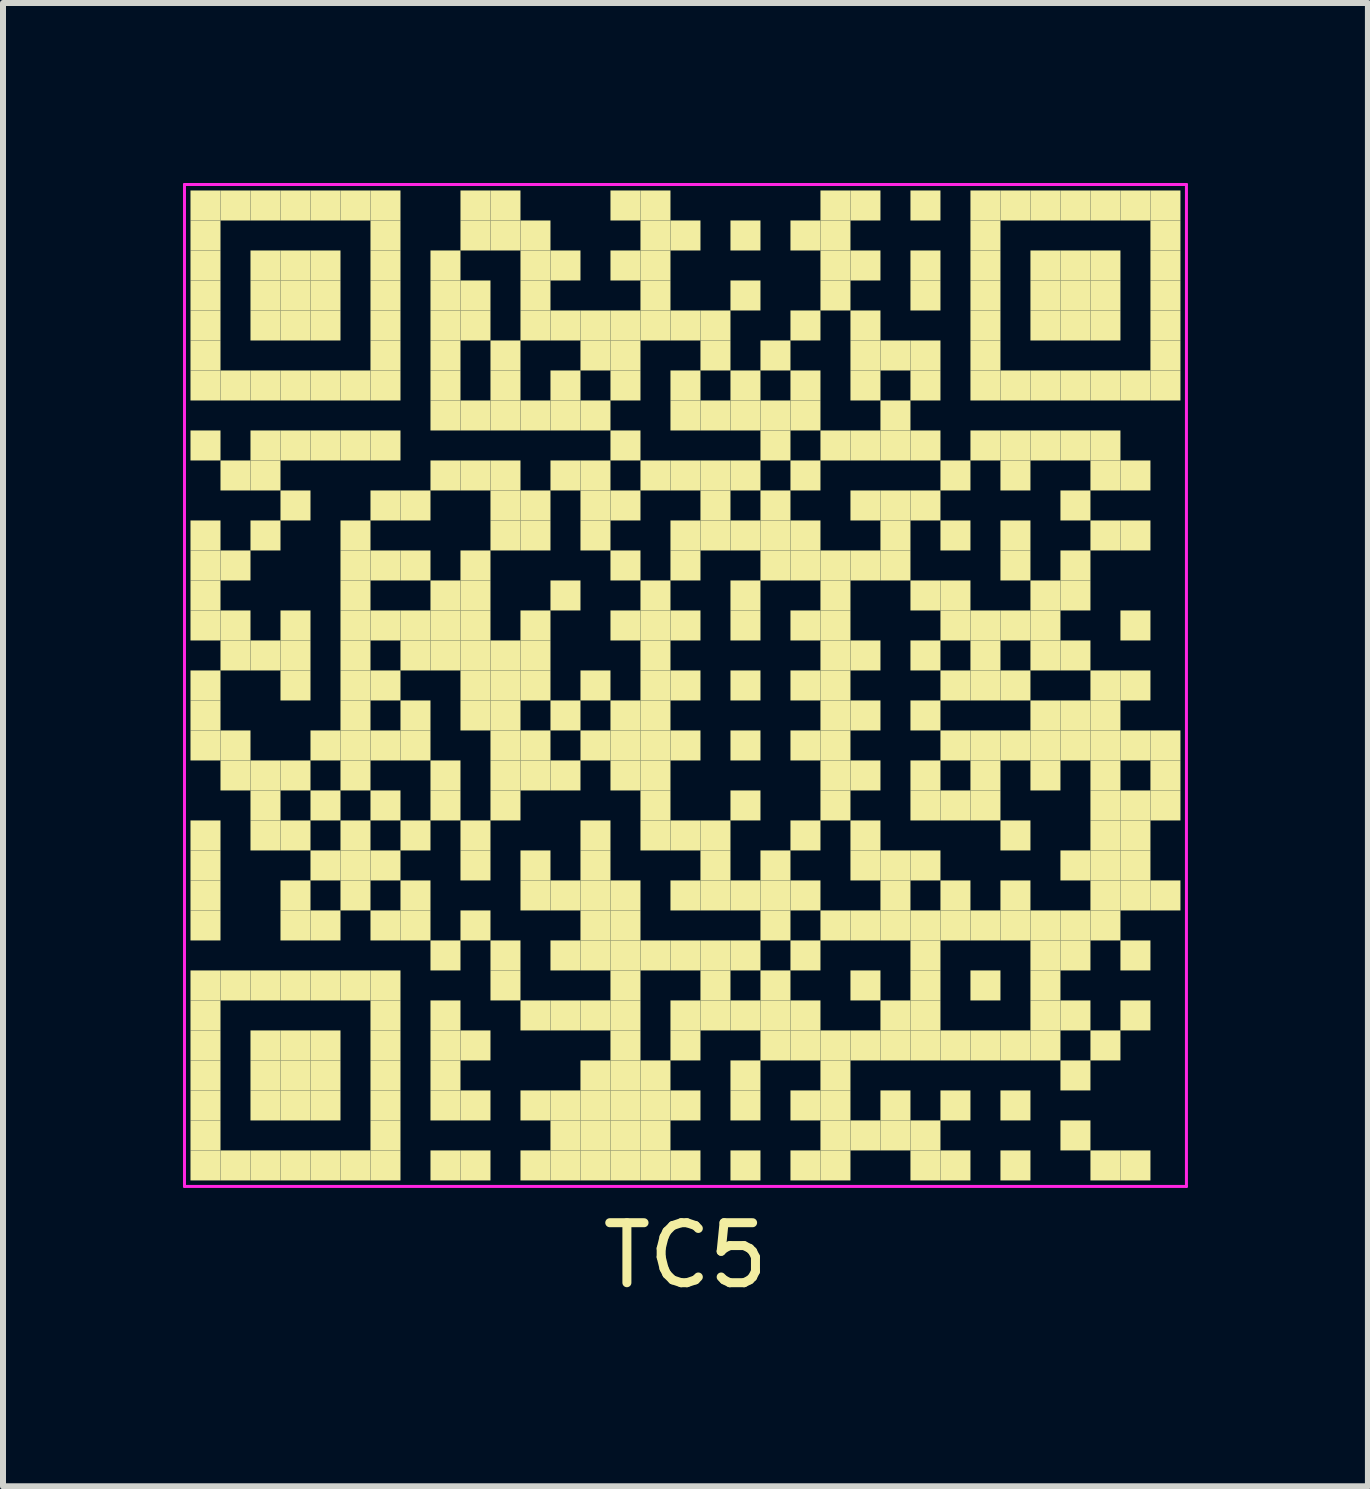
<source format=kicad_pcb>
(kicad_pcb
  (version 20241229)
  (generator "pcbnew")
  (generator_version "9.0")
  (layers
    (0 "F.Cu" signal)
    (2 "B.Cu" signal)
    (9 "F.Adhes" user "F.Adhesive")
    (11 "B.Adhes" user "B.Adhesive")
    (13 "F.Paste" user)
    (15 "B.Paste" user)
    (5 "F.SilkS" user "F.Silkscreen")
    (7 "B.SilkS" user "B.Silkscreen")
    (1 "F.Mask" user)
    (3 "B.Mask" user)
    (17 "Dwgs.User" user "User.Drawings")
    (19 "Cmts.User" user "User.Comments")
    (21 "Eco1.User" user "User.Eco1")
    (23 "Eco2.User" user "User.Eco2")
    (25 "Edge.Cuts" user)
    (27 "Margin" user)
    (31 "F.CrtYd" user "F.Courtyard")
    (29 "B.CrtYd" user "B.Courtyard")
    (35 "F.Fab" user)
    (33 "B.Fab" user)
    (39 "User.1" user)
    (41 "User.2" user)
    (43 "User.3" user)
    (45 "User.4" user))
  (footprint "TC5"
    (layer "F.Cu")
    (at 8.375 8.375)
    (property "Reference" "TC5" (at 0 9.5 0) (layer "F.SilkS") (effects (font (size 1 1) (thickness 0.15))))
    (attr through_hole)
    (fp_poly (pts (xy -7.75 -7.75) (xy -7.75 -8.25) (xy -8.25 -8.25) (xy -8.25 -7.75)) (stroke (width 0) (type solid)) (fill yes) (layer "F.SilkS"))
    (fp_poly (pts (xy -7.75 -7.25) (xy -7.75 -7.75) (xy -8.25 -7.75) (xy -8.25 -7.25)) (stroke (width 0) (type solid)) (fill yes) (layer "F.SilkS"))
    (fp_poly (pts (xy -7.75 -6.75) (xy -7.75 -7.25) (xy -8.25 -7.25) (xy -8.25 -6.75)) (stroke (width 0) (type solid)) (fill yes) (layer "F.SilkS"))
    (fp_poly (pts (xy -7.75 -6.25) (xy -7.75 -6.75) (xy -8.25 -6.75) (xy -8.25 -6.25)) (stroke (width 0) (type solid)) (fill yes) (layer "F.SilkS"))
    (fp_poly (pts (xy -7.75 -5.75) (xy -7.75 -6.25) (xy -8.25 -6.25) (xy -8.25 -5.75)) (stroke (width 0) (type solid)) (fill yes) (layer "F.SilkS"))
    (fp_poly (pts (xy -7.75 -5.25) (xy -7.75 -5.75) (xy -8.25 -5.75) (xy -8.25 -5.25)) (stroke (width 0) (type solid)) (fill yes) (layer "F.SilkS"))
    (fp_poly (pts (xy -7.75 -4.75) (xy -7.75 -5.25) (xy -8.25 -5.25) (xy -8.25 -4.75)) (stroke (width 0) (type solid)) (fill yes) (layer "F.SilkS"))
    (fp_poly (pts (xy -7.75 -3.75) (xy -7.75 -4.25) (xy -8.25 -4.25) (xy -8.25 -3.75)) (stroke (width 0) (type solid)) (fill yes) (layer "F.SilkS"))
    (fp_poly (pts (xy -7.75 -2.25) (xy -7.75 -2.75) (xy -8.25 -2.75) (xy -8.25 -2.25)) (stroke (width 0) (type solid)) (fill yes) (layer "F.SilkS"))
    (fp_poly (pts (xy -7.75 -1.75) (xy -7.75 -2.25) (xy -8.25 -2.25) (xy -8.25 -1.75)) (stroke (width 0) (type solid)) (fill yes) (layer "F.SilkS"))
    (fp_poly (pts (xy -7.75 -1.25) (xy -7.75 -1.75) (xy -8.25 -1.75) (xy -8.25 -1.25)) (stroke (width 0) (type solid)) (fill yes) (layer "F.SilkS"))
    (fp_poly (pts (xy -7.75 -0.75) (xy -7.75 -1.25) (xy -8.25 -1.25) (xy -8.25 -0.75)) (stroke (width 0) (type solid)) (fill yes) (layer "F.SilkS"))
    (fp_poly (pts (xy -7.75 0.25) (xy -7.75 -0.25) (xy -8.25 -0.25) (xy -8.25 0.25)) (stroke (width 0) (type solid)) (fill yes) (layer "F.SilkS"))
    (fp_poly (pts (xy -7.75 0.75) (xy -7.75 0.25) (xy -8.25 0.25) (xy -8.25 0.75)) (stroke (width 0) (type solid)) (fill yes) (layer "F.SilkS"))
    (fp_poly (pts (xy -7.75 1.25) (xy -7.75 0.75) (xy -8.25 0.75) (xy -8.25 1.25)) (stroke (width 0) (type solid)) (fill yes) (layer "F.SilkS"))
    (fp_poly (pts (xy -7.75 2.75) (xy -7.75 2.25) (xy -8.25 2.25) (xy -8.25 2.75)) (stroke (width 0) (type solid)) (fill yes) (layer "F.SilkS"))
    (fp_poly (pts (xy -7.75 3.25) (xy -7.75 2.75) (xy -8.25 2.75) (xy -8.25 3.25)) (stroke (width 0) (type solid)) (fill yes) (layer "F.SilkS"))
    (fp_poly (pts (xy -7.75 3.75) (xy -7.75 3.25) (xy -8.25 3.25) (xy -8.25 3.75)) (stroke (width 0) (type solid)) (fill yes) (layer "F.SilkS"))
    (fp_poly (pts (xy -7.75 4.25) (xy -7.75 3.75) (xy -8.25 3.75) (xy -8.25 4.25)) (stroke (width 0) (type solid)) (fill yes) (layer "F.SilkS"))
    (fp_poly (pts (xy -7.75 5.25) (xy -7.75 4.75) (xy -8.25 4.75) (xy -8.25 5.25)) (stroke (width 0) (type solid)) (fill yes) (layer "F.SilkS"))
    (fp_poly (pts (xy -7.75 5.75) (xy -7.75 5.25) (xy -8.25 5.25) (xy -8.25 5.75)) (stroke (width 0) (type solid)) (fill yes) (layer "F.SilkS"))
    (fp_poly (pts (xy -7.75 6.25) (xy -7.75 5.75) (xy -8.25 5.75) (xy -8.25 6.25)) (stroke (width 0) (type solid)) (fill yes) (layer "F.SilkS"))
    (fp_poly (pts (xy -7.75 6.75) (xy -7.75 6.25) (xy -8.25 6.25) (xy -8.25 6.75)) (stroke (width 0) (type solid)) (fill yes) (layer "F.SilkS"))
    (fp_poly (pts (xy -7.75 7.25) (xy -7.75 6.75) (xy -8.25 6.75) (xy -8.25 7.25)) (stroke (width 0) (type solid)) (fill yes) (layer "F.SilkS"))
    (fp_poly (pts (xy -7.75 7.75) (xy -7.75 7.25) (xy -8.25 7.25) (xy -8.25 7.75)) (stroke (width 0) (type solid)) (fill yes) (layer "F.SilkS"))
    (fp_poly (pts (xy -7.75 8.25) (xy -7.75 7.75) (xy -8.25 7.75) (xy -8.25 8.25)) (stroke (width 0) (type solid)) (fill yes) (layer "F.SilkS"))
    (fp_poly (pts (xy -7.25 -7.75) (xy -7.25 -8.25) (xy -7.75 -8.25) (xy -7.75 -7.75)) (stroke (width 0) (type solid)) (fill yes) (layer "F.SilkS"))
    (fp_poly (pts (xy -7.25 -4.75) (xy -7.25 -5.25) (xy -7.75 -5.25) (xy -7.75 -4.75)) (stroke (width 0) (type solid)) (fill yes) (layer "F.SilkS"))
    (fp_poly (pts (xy -7.25 -3.25) (xy -7.25 -3.75) (xy -7.75 -3.75) (xy -7.75 -3.25)) (stroke (width 0) (type solid)) (fill yes) (layer "F.SilkS"))
    (fp_poly (pts (xy -7.25 -1.75) (xy -7.25 -2.25) (xy -7.75 -2.25) (xy -7.75 -1.75)) (stroke (width 0) (type solid)) (fill yes) (layer "F.SilkS"))
    (fp_poly (pts (xy -7.25 -0.75) (xy -7.25 -1.25) (xy -7.75 -1.25) (xy -7.75 -0.75)) (stroke (width 0) (type solid)) (fill yes) (layer "F.SilkS"))
    (fp_poly (pts (xy -7.25 -0.25) (xy -7.25 -0.75) (xy -7.75 -0.75) (xy -7.75 -0.25)) (stroke (width 0) (type solid)) (fill yes) (layer "F.SilkS"))
    (fp_poly (pts (xy -7.25 1.25) (xy -7.25 0.75) (xy -7.75 0.75) (xy -7.75 1.25)) (stroke (width 0) (type solid)) (fill yes) (layer "F.SilkS"))
    (fp_poly (pts (xy -7.25 1.75) (xy -7.25 1.25) (xy -7.75 1.25) (xy -7.75 1.75)) (stroke (width 0) (type solid)) (fill yes) (layer "F.SilkS"))
    (fp_poly (pts (xy -7.25 5.25) (xy -7.25 4.75) (xy -7.75 4.75) (xy -7.75 5.25)) (stroke (width 0) (type solid)) (fill yes) (layer "F.SilkS"))
    (fp_poly (pts (xy -7.25 8.25) (xy -7.25 7.75) (xy -7.75 7.75) (xy -7.75 8.25)) (stroke (width 0) (type solid)) (fill yes) (layer "F.SilkS"))
    (fp_poly (pts (xy -6.75 -7.75) (xy -6.75 -8.25) (xy -7.25 -8.25) (xy -7.25 -7.75)) (stroke (width 0) (type solid)) (fill yes) (layer "F.SilkS"))
    (fp_poly (pts (xy -6.75 -6.75) (xy -6.75 -7.25) (xy -7.25 -7.25) (xy -7.25 -6.75)) (stroke (width 0) (type solid)) (fill yes) (layer "F.SilkS"))
    (fp_poly (pts (xy -6.75 -6.25) (xy -6.75 -6.75) (xy -7.25 -6.75) (xy -7.25 -6.25)) (stroke (width 0) (type solid)) (fill yes) (layer "F.SilkS"))
    (fp_poly (pts (xy -6.75 -5.75) (xy -6.75 -6.25) (xy -7.25 -6.25) (xy -7.25 -5.75)) (stroke (width 0) (type solid)) (fill yes) (layer "F.SilkS"))
    (fp_poly (pts (xy -6.75 -4.75) (xy -6.75 -5.25) (xy -7.25 -5.25) (xy -7.25 -4.75)) (stroke (width 0) (type solid)) (fill yes) (layer "F.SilkS"))
    (fp_poly (pts (xy -6.75 -3.75) (xy -6.75 -4.25) (xy -7.25 -4.25) (xy -7.25 -3.75)) (stroke (width 0) (type solid)) (fill yes) (layer "F.SilkS"))
    (fp_poly (pts (xy -6.75 -3.25) (xy -6.75 -3.75) (xy -7.25 -3.75) (xy -7.25 -3.25)) (stroke (width 0) (type solid)) (fill yes) (layer "F.SilkS"))
    (fp_poly (pts (xy -6.75 -2.25) (xy -6.75 -2.75) (xy -7.25 -2.75) (xy -7.25 -2.25)) (stroke (width 0) (type solid)) (fill yes) (layer "F.SilkS"))
    (fp_poly (pts (xy -6.75 -0.25) (xy -6.75 -0.75) (xy -7.25 -0.75) (xy -7.25 -0.25)) (stroke (width 0) (type solid)) (fill yes) (layer "F.SilkS"))
    (fp_poly (pts (xy -6.75 1.75) (xy -6.75 1.25) (xy -7.25 1.25) (xy -7.25 1.75)) (stroke (width 0) (type solid)) (fill yes) (layer "F.SilkS"))
    (fp_poly (pts (xy -6.75 2.25) (xy -6.75 1.75) (xy -7.25 1.75) (xy -7.25 2.25)) (stroke (width 0) (type solid)) (fill yes) (layer "F.SilkS"))
    (fp_poly (pts (xy -6.75 2.75) (xy -6.75 2.25) (xy -7.25 2.25) (xy -7.25 2.75)) (stroke (width 0) (type solid)) (fill yes) (layer "F.SilkS"))
    (fp_poly (pts (xy -6.75 5.25) (xy -6.75 4.75) (xy -7.25 4.75) (xy -7.25 5.25)) (stroke (width 0) (type solid)) (fill yes) (layer "F.SilkS"))
    (fp_poly (pts (xy -6.75 6.25) (xy -6.75 5.75) (xy -7.25 5.75) (xy -7.25 6.25)) (stroke (width 0) (type solid)) (fill yes) (layer "F.SilkS"))
    (fp_poly (pts (xy -6.75 6.75) (xy -6.75 6.25) (xy -7.25 6.25) (xy -7.25 6.75)) (stroke (width 0) (type solid)) (fill yes) (layer "F.SilkS"))
    (fp_poly (pts (xy -6.75 7.25) (xy -6.75 6.75) (xy -7.25 6.75) (xy -7.25 7.25)) (stroke (width 0) (type solid)) (fill yes) (layer "F.SilkS"))
    (fp_poly (pts (xy -6.75 8.25) (xy -6.75 7.75) (xy -7.25 7.75) (xy -7.25 8.25)) (stroke (width 0) (type solid)) (fill yes) (layer "F.SilkS"))
    (fp_poly (pts (xy -6.25 -7.75) (xy -6.25 -8.25) (xy -6.75 -8.25) (xy -6.75 -7.75)) (stroke (width 0) (type solid)) (fill yes) (layer "F.SilkS"))
    (fp_poly (pts (xy -6.25 -6.75) (xy -6.25 -7.25) (xy -6.75 -7.25) (xy -6.75 -6.75)) (stroke (width 0) (type solid)) (fill yes) (layer "F.SilkS"))
    (fp_poly (pts (xy -6.25 -6.25) (xy -6.25 -6.75) (xy -6.75 -6.75) (xy -6.75 -6.25)) (stroke (width 0) (type solid)) (fill yes) (layer "F.SilkS"))
    (fp_poly (pts (xy -6.25 -5.75) (xy -6.25 -6.25) (xy -6.75 -6.25) (xy -6.75 -5.75)) (stroke (width 0) (type solid)) (fill yes) (layer "F.SilkS"))
    (fp_poly (pts (xy -6.25 -4.75) (xy -6.25 -5.25) (xy -6.75 -5.25) (xy -6.75 -4.75)) (stroke (width 0) (type solid)) (fill yes) (layer "F.SilkS"))
    (fp_poly (pts (xy -6.25 -3.75) (xy -6.25 -4.25) (xy -6.75 -4.25) (xy -6.75 -3.75)) (stroke (width 0) (type solid)) (fill yes) (layer "F.SilkS"))
    (fp_poly (pts (xy -6.25 -2.75) (xy -6.25 -3.25) (xy -6.75 -3.25) (xy -6.75 -2.75)) (stroke (width 0) (type solid)) (fill yes) (layer "F.SilkS"))
    (fp_poly (pts (xy -6.25 -0.75) (xy -6.25 -1.25) (xy -6.75 -1.25) (xy -6.75 -0.75)) (stroke (width 0) (type solid)) (fill yes) (layer "F.SilkS"))
    (fp_poly (pts (xy -6.25 -0.25) (xy -6.25 -0.75) (xy -6.75 -0.75) (xy -6.75 -0.25)) (stroke (width 0) (type solid)) (fill yes) (layer "F.SilkS"))
    (fp_poly (pts (xy -6.25 0.25) (xy -6.25 -0.25) (xy -6.75 -0.25) (xy -6.75 0.25)) (stroke (width 0) (type solid)) (fill yes) (layer "F.SilkS"))
    (fp_poly (pts (xy -6.25 1.75) (xy -6.25 1.25) (xy -6.75 1.25) (xy -6.75 1.75)) (stroke (width 0) (type solid)) (fill yes) (layer "F.SilkS"))
    (fp_poly (pts (xy -6.25 2.75) (xy -6.25 2.25) (xy -6.75 2.25) (xy -6.75 2.75)) (stroke (width 0) (type solid)) (fill yes) (layer "F.SilkS"))
    (fp_poly (pts (xy -6.25 3.75) (xy -6.25 3.25) (xy -6.75 3.25) (xy -6.75 3.75)) (stroke (width 0) (type solid)) (fill yes) (layer "F.SilkS"))
    (fp_poly (pts (xy -6.25 4.25) (xy -6.25 3.75) (xy -6.75 3.75) (xy -6.75 4.25)) (stroke (width 0) (type solid)) (fill yes) (layer "F.SilkS"))
    (fp_poly (pts (xy -6.25 5.25) (xy -6.25 4.75) (xy -6.75 4.75) (xy -6.75 5.25)) (stroke (width 0) (type solid)) (fill yes) (layer "F.SilkS"))
    (fp_poly (pts (xy -6.25 6.25) (xy -6.25 5.75) (xy -6.75 5.75) (xy -6.75 6.25)) (stroke (width 0) (type solid)) (fill yes) (layer "F.SilkS"))
    (fp_poly (pts (xy -6.25 6.75) (xy -6.25 6.25) (xy -6.75 6.25) (xy -6.75 6.75)) (stroke (width 0) (type solid)) (fill yes) (layer "F.SilkS"))
    (fp_poly (pts (xy -6.25 7.25) (xy -6.25 6.75) (xy -6.75 6.75) (xy -6.75 7.25)) (stroke (width 0) (type solid)) (fill yes) (layer "F.SilkS"))
    (fp_poly (pts (xy -6.25 8.25) (xy -6.25 7.75) (xy -6.75 7.75) (xy -6.75 8.25)) (stroke (width 0) (type solid)) (fill yes) (layer "F.SilkS"))
    (fp_poly (pts (xy -5.75 -7.75) (xy -5.75 -8.25) (xy -6.25 -8.25) (xy -6.25 -7.75)) (stroke (width 0) (type solid)) (fill yes) (layer "F.SilkS"))
    (fp_poly (pts (xy -5.75 -6.75) (xy -5.75 -7.25) (xy -6.25 -7.25) (xy -6.25 -6.75)) (stroke (width 0) (type solid)) (fill yes) (layer "F.SilkS"))
    (fp_poly (pts (xy -5.75 -6.25) (xy -5.75 -6.75) (xy -6.25 -6.75) (xy -6.25 -6.25)) (stroke (width 0) (type solid)) (fill yes) (layer "F.SilkS"))
    (fp_poly (pts (xy -5.75 -5.75) (xy -5.75 -6.25) (xy -6.25 -6.25) (xy -6.25 -5.75)) (stroke (width 0) (type solid)) (fill yes) (layer "F.SilkS"))
    (fp_poly (pts (xy -5.75 -4.75) (xy -5.75 -5.25) (xy -6.25 -5.25) (xy -6.25 -4.75)) (stroke (width 0) (type solid)) (fill yes) (layer "F.SilkS"))
    (fp_poly (pts (xy -5.75 -3.75) (xy -5.75 -4.25) (xy -6.25 -4.25) (xy -6.25 -3.75)) (stroke (width 0) (type solid)) (fill yes) (layer "F.SilkS"))
    (fp_poly (pts (xy -5.75 1.25) (xy -5.75 0.75) (xy -6.25 0.75) (xy -6.25 1.25)) (stroke (width 0) (type solid)) (fill yes) (layer "F.SilkS"))
    (fp_poly (pts (xy -5.75 2.25) (xy -5.75 1.75) (xy -6.25 1.75) (xy -6.25 2.25)) (stroke (width 0) (type solid)) (fill yes) (layer "F.SilkS"))
    (fp_poly (pts (xy -5.75 3.25) (xy -5.75 2.75) (xy -6.25 2.75) (xy -6.25 3.25)) (stroke (width 0) (type solid)) (fill yes) (layer "F.SilkS"))
    (fp_poly (pts (xy -5.75 4.25) (xy -5.75 3.75) (xy -6.25 3.75) (xy -6.25 4.25)) (stroke (width 0) (type solid)) (fill yes) (layer "F.SilkS"))
    (fp_poly (pts (xy -5.75 5.25) (xy -5.75 4.75) (xy -6.25 4.75) (xy -6.25 5.25)) (stroke (width 0) (type solid)) (fill yes) (layer "F.SilkS"))
    (fp_poly (pts (xy -5.75 6.25) (xy -5.75 5.75) (xy -6.25 5.75) (xy -6.25 6.25)) (stroke (width 0) (type solid)) (fill yes) (layer "F.SilkS"))
    (fp_poly (pts (xy -5.75 6.75) (xy -5.75 6.25) (xy -6.25 6.25) (xy -6.25 6.75)) (stroke (width 0) (type solid)) (fill yes) (layer "F.SilkS"))
    (fp_poly (pts (xy -5.75 7.25) (xy -5.75 6.75) (xy -6.25 6.75) (xy -6.25 7.25)) (stroke (width 0) (type solid)) (fill yes) (layer "F.SilkS"))
    (fp_poly (pts (xy -5.75 8.25) (xy -5.75 7.75) (xy -6.25 7.75) (xy -6.25 8.25)) (stroke (width 0) (type solid)) (fill yes) (layer "F.SilkS"))
    (fp_poly (pts (xy -5.25 -7.75) (xy -5.25 -8.25) (xy -5.75 -8.25) (xy -5.75 -7.75)) (stroke (width 0) (type solid)) (fill yes) (layer "F.SilkS"))
    (fp_poly (pts (xy -5.25 -4.75) (xy -5.25 -5.25) (xy -5.75 -5.25) (xy -5.75 -4.75)) (stroke (width 0) (type solid)) (fill yes) (layer "F.SilkS"))
    (fp_poly (pts (xy -5.25 -3.75) (xy -5.25 -4.25) (xy -5.75 -4.25) (xy -5.75 -3.75)) (stroke (width 0) (type solid)) (fill yes) (layer "F.SilkS"))
    (fp_poly (pts (xy -5.25 -2.25) (xy -5.25 -2.75) (xy -5.75 -2.75) (xy -5.75 -2.25)) (stroke (width 0) (type solid)) (fill yes) (layer "F.SilkS"))
    (fp_poly (pts (xy -5.25 -1.75) (xy -5.25 -2.25) (xy -5.75 -2.25) (xy -5.75 -1.75)) (stroke (width 0) (type solid)) (fill yes) (layer "F.SilkS"))
    (fp_poly (pts (xy -5.25 -1.25) (xy -5.25 -1.75) (xy -5.75 -1.75) (xy -5.75 -1.25)) (stroke (width 0) (type solid)) (fill yes) (layer "F.SilkS"))
    (fp_poly (pts (xy -5.25 -0.75) (xy -5.25 -1.25) (xy -5.75 -1.25) (xy -5.75 -0.75)) (stroke (width 0) (type solid)) (fill yes) (layer "F.SilkS"))
    (fp_poly (pts (xy -5.25 -0.25) (xy -5.25 -0.75) (xy -5.75 -0.75) (xy -5.75 -0.25)) (stroke (width 0) (type solid)) (fill yes) (layer "F.SilkS"))
    (fp_poly (pts (xy -5.25 0.25) (xy -5.25 -0.25) (xy -5.75 -0.25) (xy -5.75 0.25)) (stroke (width 0) (type solid)) (fill yes) (layer "F.SilkS"))
    (fp_poly (pts (xy -5.25 0.75) (xy -5.25 0.25) (xy -5.75 0.25) (xy -5.75 0.75)) (stroke (width 0) (type solid)) (fill yes) (layer "F.SilkS"))
    (fp_poly (pts (xy -5.25 1.25) (xy -5.25 0.75) (xy -5.75 0.75) (xy -5.75 1.25)) (stroke (width 0) (type solid)) (fill yes) (layer "F.SilkS"))
    (fp_poly (pts (xy -5.25 1.75) (xy -5.25 1.25) (xy -5.75 1.25) (xy -5.75 1.75)) (stroke (width 0) (type solid)) (fill yes) (layer "F.SilkS"))
    (fp_poly (pts (xy -5.25 2.75) (xy -5.25 2.25) (xy -5.75 2.25) (xy -5.75 2.75)) (stroke (width 0) (type solid)) (fill yes) (layer "F.SilkS"))
    (fp_poly (pts (xy -5.25 3.25) (xy -5.25 2.75) (xy -5.75 2.75) (xy -5.75 3.25)) (stroke (width 0) (type solid)) (fill yes) (layer "F.SilkS"))
    (fp_poly (pts (xy -5.25 3.75) (xy -5.25 3.25) (xy -5.75 3.25) (xy -5.75 3.75)) (stroke (width 0) (type solid)) (fill yes) (layer "F.SilkS"))
    (fp_poly (pts (xy -5.25 5.25) (xy -5.25 4.75) (xy -5.75 4.75) (xy -5.75 5.25)) (stroke (width 0) (type solid)) (fill yes) (layer "F.SilkS"))
    (fp_poly (pts (xy -5.25 8.25) (xy -5.25 7.75) (xy -5.75 7.75) (xy -5.75 8.25)) (stroke (width 0) (type solid)) (fill yes) (layer "F.SilkS"))
    (fp_poly (pts (xy -4.75 -7.75) (xy -4.75 -8.25) (xy -5.25 -8.25) (xy -5.25 -7.75)) (stroke (width 0) (type solid)) (fill yes) (layer "F.SilkS"))
    (fp_poly (pts (xy -4.75 -7.25) (xy -4.75 -7.75) (xy -5.25 -7.75) (xy -5.25 -7.25)) (stroke (width 0) (type solid)) (fill yes) (layer "F.SilkS"))
    (fp_poly (pts (xy -4.75 -6.75) (xy -4.75 -7.25) (xy -5.25 -7.25) (xy -5.25 -6.75)) (stroke (width 0) (type solid)) (fill yes) (layer "F.SilkS"))
    (fp_poly (pts (xy -4.75 -6.25) (xy -4.75 -6.75) (xy -5.25 -6.75) (xy -5.25 -6.25)) (stroke (width 0) (type solid)) (fill yes) (layer "F.SilkS"))
    (fp_poly (pts (xy -4.75 -5.75) (xy -4.75 -6.25) (xy -5.25 -6.25) (xy -5.25 -5.75)) (stroke (width 0) (type solid)) (fill yes) (layer "F.SilkS"))
    (fp_poly (pts (xy -4.75 -5.25) (xy -4.75 -5.75) (xy -5.25 -5.75) (xy -5.25 -5.25)) (stroke (width 0) (type solid)) (fill yes) (layer "F.SilkS"))
    (fp_poly (pts (xy -4.75 -4.75) (xy -4.75 -5.25) (xy -5.25 -5.25) (xy -5.25 -4.75)) (stroke (width 0) (type solid)) (fill yes) (layer "F.SilkS"))
    (fp_poly (pts (xy -4.75 -3.75) (xy -4.75 -4.25) (xy -5.25 -4.25) (xy -5.25 -3.75)) (stroke (width 0) (type solid)) (fill yes) (layer "F.SilkS"))
    (fp_poly (pts (xy -4.75 -2.75) (xy -4.75 -3.25) (xy -5.25 -3.25) (xy -5.25 -2.75)) (stroke (width 0) (type solid)) (fill yes) (layer "F.SilkS"))
    (fp_poly (pts (xy -4.75 -1.75) (xy -4.75 -2.25) (xy -5.25 -2.25) (xy -5.25 -1.75)) (stroke (width 0) (type solid)) (fill yes) (layer "F.SilkS"))
    (fp_poly (pts (xy -4.75 -0.75) (xy -4.75 -1.25) (xy -5.25 -1.25) (xy -5.25 -0.75)) (stroke (width 0) (type solid)) (fill yes) (layer "F.SilkS"))
    (fp_poly (pts (xy -4.75 0.25) (xy -4.75 -0.25) (xy -5.25 -0.25) (xy -5.25 0.25)) (stroke (width 0) (type solid)) (fill yes) (layer "F.SilkS"))
    (fp_poly (pts (xy -4.75 1.25) (xy -4.75 0.75) (xy -5.25 0.75) (xy -5.25 1.25)) (stroke (width 0) (type solid)) (fill yes) (layer "F.SilkS"))
    (fp_poly (pts (xy -4.75 2.25) (xy -4.75 1.75) (xy -5.25 1.75) (xy -5.25 2.25)) (stroke (width 0) (type solid)) (fill yes) (layer "F.SilkS"))
    (fp_poly (pts (xy -4.75 3.25) (xy -4.75 2.75) (xy -5.25 2.75) (xy -5.25 3.25)) (stroke (width 0) (type solid)) (fill yes) (layer "F.SilkS"))
    (fp_poly (pts (xy -4.75 4.25) (xy -4.75 3.75) (xy -5.25 3.75) (xy -5.25 4.25)) (stroke (width 0) (type solid)) (fill yes) (layer "F.SilkS"))
    (fp_poly (pts (xy -4.75 5.25) (xy -4.75 4.75) (xy -5.25 4.75) (xy -5.25 5.25)) (stroke (width 0) (type solid)) (fill yes) (layer "F.SilkS"))
    (fp_poly (pts (xy -4.75 5.75) (xy -4.75 5.25) (xy -5.25 5.25) (xy -5.25 5.75)) (stroke (width 0) (type solid)) (fill yes) (layer "F.SilkS"))
    (fp_poly (pts (xy -4.75 6.25) (xy -4.75 5.75) (xy -5.25 5.75) (xy -5.25 6.25)) (stroke (width 0) (type solid)) (fill yes) (layer "F.SilkS"))
    (fp_poly (pts (xy -4.75 6.75) (xy -4.75 6.25) (xy -5.25 6.25) (xy -5.25 6.75)) (stroke (width 0) (type solid)) (fill yes) (layer "F.SilkS"))
    (fp_poly (pts (xy -4.75 7.25) (xy -4.75 6.75) (xy -5.25 6.75) (xy -5.25 7.25)) (stroke (width 0) (type solid)) (fill yes) (layer "F.SilkS"))
    (fp_poly (pts (xy -4.75 7.75) (xy -4.75 7.25) (xy -5.25 7.25) (xy -5.25 7.75)) (stroke (width 0) (type solid)) (fill yes) (layer "F.SilkS"))
    (fp_poly (pts (xy -4.75 8.25) (xy -4.75 7.75) (xy -5.25 7.75) (xy -5.25 8.25)) (stroke (width 0) (type solid)) (fill yes) (layer "F.SilkS"))
    (fp_poly (pts (xy -4.25 -2.75) (xy -4.25 -3.25) (xy -4.75 -3.25) (xy -4.75 -2.75)) (stroke (width 0) (type solid)) (fill yes) (layer "F.SilkS"))
    (fp_poly (pts (xy -4.25 -1.75) (xy -4.25 -2.25) (xy -4.75 -2.25) (xy -4.75 -1.75)) (stroke (width 0) (type solid)) (fill yes) (layer "F.SilkS"))
    (fp_poly (pts (xy -4.25 -0.75) (xy -4.25 -1.25) (xy -4.75 -1.25) (xy -4.75 -0.75)) (stroke (width 0) (type solid)) (fill yes) (layer "F.SilkS"))
    (fp_poly (pts (xy -4.25 -0.25) (xy -4.25 -0.75) (xy -4.75 -0.75) (xy -4.75 -0.25)) (stroke (width 0) (type solid)) (fill yes) (layer "F.SilkS"))
    (fp_poly (pts (xy -4.25 0.75) (xy -4.25 0.25) (xy -4.75 0.25) (xy -4.75 0.75)) (stroke (width 0) (type solid)) (fill yes) (layer "F.SilkS"))
    (fp_poly (pts (xy -4.25 1.25) (xy -4.25 0.75) (xy -4.75 0.75) (xy -4.75 1.25)) (stroke (width 0) (type solid)) (fill yes) (layer "F.SilkS"))
    (fp_poly (pts (xy -4.25 2.75) (xy -4.25 2.25) (xy -4.75 2.25) (xy -4.75 2.75)) (stroke (width 0) (type solid)) (fill yes) (layer "F.SilkS"))
    (fp_poly (pts (xy -4.25 3.75) (xy -4.25 3.25) (xy -4.75 3.25) (xy -4.75 3.75)) (stroke (width 0) (type solid)) (fill yes) (layer "F.SilkS"))
    (fp_poly (pts (xy -4.25 4.25) (xy -4.25 3.75) (xy -4.75 3.75) (xy -4.75 4.25)) (stroke (width 0) (type solid)) (fill yes) (layer "F.SilkS"))
    (fp_poly (pts (xy -3.75 -6.75) (xy -3.75 -7.25) (xy -4.25 -7.25) (xy -4.25 -6.75)) (stroke (width 0) (type solid)) (fill yes) (layer "F.SilkS"))
    (fp_poly (pts (xy -3.75 -6.25) (xy -3.75 -6.75) (xy -4.25 -6.75) (xy -4.25 -6.25)) (stroke (width 0) (type solid)) (fill yes) (layer "F.SilkS"))
    (fp_poly (pts (xy -3.75 -5.75) (xy -3.75 -6.25) (xy -4.25 -6.25) (xy -4.25 -5.75)) (stroke (width 0) (type solid)) (fill yes) (layer "F.SilkS"))
    (fp_poly (pts (xy -3.75 -5.25) (xy -3.75 -5.75) (xy -4.25 -5.75) (xy -4.25 -5.25)) (stroke (width 0) (type solid)) (fill yes) (layer "F.SilkS"))
    (fp_poly (pts (xy -3.75 -4.75) (xy -3.75 -5.25) (xy -4.25 -5.25) (xy -4.25 -4.75)) (stroke (width 0) (type solid)) (fill yes) (layer "F.SilkS"))
    (fp_poly (pts (xy -3.75 -4.25) (xy -3.75 -4.75) (xy -4.25 -4.75) (xy -4.25 -4.25)) (stroke (width 0) (type solid)) (fill yes) (layer "F.SilkS"))
    (fp_poly (pts (xy -3.75 -3.25) (xy -3.75 -3.75) (xy -4.25 -3.75) (xy -4.25 -3.25)) (stroke (width 0) (type solid)) (fill yes) (layer "F.SilkS"))
    (fp_poly (pts (xy -3.75 -1.25) (xy -3.75 -1.75) (xy -4.25 -1.75) (xy -4.25 -1.25)) (stroke (width 0) (type solid)) (fill yes) (layer "F.SilkS"))
    (fp_poly (pts (xy -3.75 -0.75) (xy -3.75 -1.25) (xy -4.25 -1.25) (xy -4.25 -0.75)) (stroke (width 0) (type solid)) (fill yes) (layer "F.SilkS"))
    (fp_poly (pts (xy -3.75 -0.25) (xy -3.75 -0.75) (xy -4.25 -0.75) (xy -4.25 -0.25)) (stroke (width 0) (type solid)) (fill yes) (layer "F.SilkS"))
    (fp_poly (pts (xy -3.75 1.75) (xy -3.75 1.25) (xy -4.25 1.25) (xy -4.25 1.75)) (stroke (width 0) (type solid)) (fill yes) (layer "F.SilkS"))
    (fp_poly (pts (xy -3.75 2.25) (xy -3.75 1.75) (xy -4.25 1.75) (xy -4.25 2.25)) (stroke (width 0) (type solid)) (fill yes) (layer "F.SilkS"))
    (fp_poly (pts (xy -3.75 4.75) (xy -3.75 4.25) (xy -4.25 4.25) (xy -4.25 4.75)) (stroke (width 0) (type solid)) (fill yes) (layer "F.SilkS"))
    (fp_poly (pts (xy -3.75 5.75) (xy -3.75 5.25) (xy -4.25 5.25) (xy -4.25 5.75)) (stroke (width 0) (type solid)) (fill yes) (layer "F.SilkS"))
    (fp_poly (pts (xy -3.75 6.25) (xy -3.75 5.75) (xy -4.25 5.75) (xy -4.25 6.25)) (stroke (width 0) (type solid)) (fill yes) (layer "F.SilkS"))
    (fp_poly (pts (xy -3.75 6.75) (xy -3.75 6.25) (xy -4.25 6.25) (xy -4.25 6.75)) (stroke (width 0) (type solid)) (fill yes) (layer "F.SilkS"))
    (fp_poly (pts (xy -3.75 7.25) (xy -3.75 6.75) (xy -4.25 6.75) (xy -4.25 7.25)) (stroke (width 0) (type solid)) (fill yes) (layer "F.SilkS"))
    (fp_poly (pts (xy -3.75 8.25) (xy -3.75 7.75) (xy -4.25 7.75) (xy -4.25 8.25)) (stroke (width 0) (type solid)) (fill yes) (layer "F.SilkS"))
    (fp_poly (pts (xy -3.25 -7.75) (xy -3.25 -8.25) (xy -3.75 -8.25) (xy -3.75 -7.75)) (stroke (width 0) (type solid)) (fill yes) (layer "F.SilkS"))
    (fp_poly (pts (xy -3.25 -7.25) (xy -3.25 -7.75) (xy -3.75 -7.75) (xy -3.75 -7.25)) (stroke (width 0) (type solid)) (fill yes) (layer "F.SilkS"))
    (fp_poly (pts (xy -3.25 -6.25) (xy -3.25 -6.75) (xy -3.75 -6.75) (xy -3.75 -6.25)) (stroke (width 0) (type solid)) (fill yes) (layer "F.SilkS"))
    (fp_poly (pts (xy -3.25 -5.75) (xy -3.25 -6.25) (xy -3.75 -6.25) (xy -3.75 -5.75)) (stroke (width 0) (type solid)) (fill yes) (layer "F.SilkS"))
    (fp_poly (pts (xy -3.25 -4.25) (xy -3.25 -4.75) (xy -3.75 -4.75) (xy -3.75 -4.25)) (stroke (width 0) (type solid)) (fill yes) (layer "F.SilkS"))
    (fp_poly (pts (xy -3.25 -3.25) (xy -3.25 -3.75) (xy -3.75 -3.75) (xy -3.75 -3.25)) (stroke (width 0) (type solid)) (fill yes) (layer "F.SilkS"))
    (fp_poly (pts (xy -3.25 -1.75) (xy -3.25 -2.25) (xy -3.75 -2.25) (xy -3.75 -1.75)) (stroke (width 0) (type solid)) (fill yes) (layer "F.SilkS"))
    (fp_poly (pts (xy -3.25 -1.25) (xy -3.25 -1.75) (xy -3.75 -1.75) (xy -3.75 -1.25)) (stroke (width 0) (type solid)) (fill yes) (layer "F.SilkS"))
    (fp_poly (pts (xy -3.25 -0.75) (xy -3.25 -1.25) (xy -3.75 -1.25) (xy -3.75 -0.75)) (stroke (width 0) (type solid)) (fill yes) (layer "F.SilkS"))
    (fp_poly (pts (xy -3.25 -0.25) (xy -3.25 -0.75) (xy -3.75 -0.75) (xy -3.75 -0.25)) (stroke (width 0) (type solid)) (fill yes) (layer "F.SilkS"))
    (fp_poly (pts (xy -3.25 0.25) (xy -3.25 -0.25) (xy -3.75 -0.25) (xy -3.75 0.25)) (stroke (width 0) (type solid)) (fill yes) (layer "F.SilkS"))
    (fp_poly (pts (xy -3.25 0.75) (xy -3.25 0.25) (xy -3.75 0.25) (xy -3.75 0.75)) (stroke (width 0) (type solid)) (fill yes) (layer "F.SilkS"))
    (fp_poly (pts (xy -3.25 2.75) (xy -3.25 2.25) (xy -3.75 2.25) (xy -3.75 2.75)) (stroke (width 0) (type solid)) (fill yes) (layer "F.SilkS"))
    (fp_poly (pts (xy -3.25 3.25) (xy -3.25 2.75) (xy -3.75 2.75) (xy -3.75 3.25)) (stroke (width 0) (type solid)) (fill yes) (layer "F.SilkS"))
    (fp_poly (pts (xy -3.25 4.25) (xy -3.25 3.75) (xy -3.75 3.75) (xy -3.75 4.25)) (stroke (width 0) (type solid)) (fill yes) (layer "F.SilkS"))
    (fp_poly (pts (xy -3.25 6.25) (xy -3.25 5.75) (xy -3.75 5.75) (xy -3.75 6.25)) (stroke (width 0) (type solid)) (fill yes) (layer "F.SilkS"))
    (fp_poly (pts (xy -3.25 7.25) (xy -3.25 6.75) (xy -3.75 6.75) (xy -3.75 7.25)) (stroke (width 0) (type solid)) (fill yes) (layer "F.SilkS"))
    (fp_poly (pts (xy -3.25 8.25) (xy -3.25 7.75) (xy -3.75 7.75) (xy -3.75 8.25)) (stroke (width 0) (type solid)) (fill yes) (layer "F.SilkS"))
    (fp_poly (pts (xy -2.75 -7.75) (xy -2.75 -8.25) (xy -3.25 -8.25) (xy -3.25 -7.75)) (stroke (width 0) (type solid)) (fill yes) (layer "F.SilkS"))
    (fp_poly (pts (xy -2.75 -7.25) (xy -2.75 -7.75) (xy -3.25 -7.75) (xy -3.25 -7.25)) (stroke (width 0) (type solid)) (fill yes) (layer "F.SilkS"))
    (fp_poly (pts (xy -2.75 -5.25) (xy -2.75 -5.75) (xy -3.25 -5.75) (xy -3.25 -5.25)) (stroke (width 0) (type solid)) (fill yes) (layer "F.SilkS"))
    (fp_poly (pts (xy -2.75 -4.75) (xy -2.75 -5.25) (xy -3.25 -5.25) (xy -3.25 -4.75)) (stroke (width 0) (type solid)) (fill yes) (layer "F.SilkS"))
    (fp_poly (pts (xy -2.75 -4.25) (xy -2.75 -4.75) (xy -3.25 -4.75) (xy -3.25 -4.25)) (stroke (width 0) (type solid)) (fill yes) (layer "F.SilkS"))
    (fp_poly (pts (xy -2.75 -3.25) (xy -2.75 -3.75) (xy -3.25 -3.75) (xy -3.25 -3.25)) (stroke (width 0) (type solid)) (fill yes) (layer "F.SilkS"))
    (fp_poly (pts (xy -2.75 -2.75) (xy -2.75 -3.25) (xy -3.25 -3.25) (xy -3.25 -2.75)) (stroke (width 0) (type solid)) (fill yes) (layer "F.SilkS"))
    (fp_poly (pts (xy -2.75 -2.25) (xy -2.75 -2.75) (xy -3.25 -2.75) (xy -3.25 -2.25)) (stroke (width 0) (type solid)) (fill yes) (layer "F.SilkS"))
    (fp_poly (pts (xy -2.75 -0.25) (xy -2.75 -0.75) (xy -3.25 -0.75) (xy -3.25 -0.25)) (stroke (width 0) (type solid)) (fill yes) (layer "F.SilkS"))
    (fp_poly (pts (xy -2.75 0.25) (xy -2.75 -0.25) (xy -3.25 -0.25) (xy -3.25 0.25)) (stroke (width 0) (type solid)) (fill yes) (layer "F.SilkS"))
    (fp_poly (pts (xy -2.75 0.75) (xy -2.75 0.25) (xy -3.25 0.25) (xy -3.25 0.75)) (stroke (width 0) (type solid)) (fill yes) (layer "F.SilkS"))
    (fp_poly (pts (xy -2.75 1.25) (xy -2.75 0.75) (xy -3.25 0.75) (xy -3.25 1.25)) (stroke (width 0) (type solid)) (fill yes) (layer "F.SilkS"))
    (fp_poly (pts (xy -2.75 1.75) (xy -2.75 1.25) (xy -3.25 1.25) (xy -3.25 1.75)) (stroke (width 0) (type solid)) (fill yes) (layer "F.SilkS"))
    (fp_poly (pts (xy -2.75 2.25) (xy -2.75 1.75) (xy -3.25 1.75) (xy -3.25 2.25)) (stroke (width 0) (type solid)) (fill yes) (layer "F.SilkS"))
    (fp_poly (pts (xy -2.75 4.75) (xy -2.75 4.25) (xy -3.25 4.25) (xy -3.25 4.75)) (stroke (width 0) (type solid)) (fill yes) (layer "F.SilkS"))
    (fp_poly (pts (xy -2.75 5.25) (xy -2.75 4.75) (xy -3.25 4.75) (xy -3.25 5.25)) (stroke (width 0) (type solid)) (fill yes) (layer "F.SilkS"))
    (fp_poly (pts (xy -2.25 -7.25) (xy -2.25 -7.75) (xy -2.75 -7.75) (xy -2.75 -7.25)) (stroke (width 0) (type solid)) (fill yes) (layer "F.SilkS"))
    (fp_poly (pts (xy -2.25 -6.75) (xy -2.25 -7.25) (xy -2.75 -7.25) (xy -2.75 -6.75)) (stroke (width 0) (type solid)) (fill yes) (layer "F.SilkS"))
    (fp_poly (pts (xy -2.25 -6.25) (xy -2.25 -6.75) (xy -2.75 -6.75) (xy -2.75 -6.25)) (stroke (width 0) (type solid)) (fill yes) (layer "F.SilkS"))
    (fp_poly (pts (xy -2.25 -5.75) (xy -2.25 -6.25) (xy -2.75 -6.25) (xy -2.75 -5.75)) (stroke (width 0) (type solid)) (fill yes) (layer "F.SilkS"))
    (fp_poly (pts (xy -2.25 -4.25) (xy -2.25 -4.75) (xy -2.75 -4.75) (xy -2.75 -4.25)) (stroke (width 0) (type solid)) (fill yes) (layer "F.SilkS"))
    (fp_poly (pts (xy -2.25 -2.75) (xy -2.25 -3.25) (xy -2.75 -3.25) (xy -2.75 -2.75)) (stroke (width 0) (type solid)) (fill yes) (layer "F.SilkS"))
    (fp_poly (pts (xy -2.25 -2.25) (xy -2.25 -2.75) (xy -2.75 -2.75) (xy -2.75 -2.25)) (stroke (width 0) (type solid)) (fill yes) (layer "F.SilkS"))
    (fp_poly (pts (xy -2.25 -0.75) (xy -2.25 -1.25) (xy -2.75 -1.25) (xy -2.75 -0.75)) (stroke (width 0) (type solid)) (fill yes) (layer "F.SilkS"))
    (fp_poly (pts (xy -2.25 -0.25) (xy -2.25 -0.75) (xy -2.75 -0.75) (xy -2.75 -0.25)) (stroke (width 0) (type solid)) (fill yes) (layer "F.SilkS"))
    (fp_poly (pts (xy -2.25 0.25) (xy -2.25 -0.25) (xy -2.75 -0.25) (xy -2.75 0.25)) (stroke (width 0) (type solid)) (fill yes) (layer "F.SilkS"))
    (fp_poly (pts (xy -2.25 1.25) (xy -2.25 0.75) (xy -2.75 0.75) (xy -2.75 1.25)) (stroke (width 0) (type solid)) (fill yes) (layer "F.SilkS"))
    (fp_poly (pts (xy -2.25 1.75) (xy -2.25 1.25) (xy -2.75 1.25) (xy -2.75 1.75)) (stroke (width 0) (type solid)) (fill yes) (layer "F.SilkS"))
    (fp_poly (pts (xy -2.25 3.25) (xy -2.25 2.75) (xy -2.75 2.75) (xy -2.75 3.25)) (stroke (width 0) (type solid)) (fill yes) (layer "F.SilkS"))
    (fp_poly (pts (xy -2.25 3.75) (xy -2.25 3.25) (xy -2.75 3.25) (xy -2.75 3.75)) (stroke (width 0) (type solid)) (fill yes) (layer "F.SilkS"))
    (fp_poly (pts (xy -2.25 5.75) (xy -2.25 5.25) (xy -2.75 5.25) (xy -2.75 5.75)) (stroke (width 0) (type solid)) (fill yes) (layer "F.SilkS"))
    (fp_poly (pts (xy -2.25 7.25) (xy -2.25 6.75) (xy -2.75 6.75) (xy -2.75 7.25)) (stroke (width 0) (type solid)) (fill yes) (layer "F.SilkS"))
    (fp_poly (pts (xy -2.25 8.25) (xy -2.25 7.75) (xy -2.75 7.75) (xy -2.75 8.25)) (stroke (width 0) (type solid)) (fill yes) (layer "F.SilkS"))
    (fp_poly (pts (xy -1.75 -6.75) (xy -1.75 -7.25) (xy -2.25 -7.25) (xy -2.25 -6.75)) (stroke (width 0) (type solid)) (fill yes) (layer "F.SilkS"))
    (fp_poly (pts (xy -1.75 -5.75) (xy -1.75 -6.25) (xy -2.25 -6.25) (xy -2.25 -5.75)) (stroke (width 0) (type solid)) (fill yes) (layer "F.SilkS"))
    (fp_poly (pts (xy -1.75 -4.75) (xy -1.75 -5.25) (xy -2.25 -5.25) (xy -2.25 -4.75)) (stroke (width 0) (type solid)) (fill yes) (layer "F.SilkS"))
    (fp_poly (pts (xy -1.75 -4.25) (xy -1.75 -4.75) (xy -2.25 -4.75) (xy -2.25 -4.25)) (stroke (width 0) (type solid)) (fill yes) (layer "F.SilkS"))
    (fp_poly (pts (xy -1.75 -3.25) (xy -1.75 -3.75) (xy -2.25 -3.75) (xy -2.25 -3.25)) (stroke (width 0) (type solid)) (fill yes) (layer "F.SilkS"))
    (fp_poly (pts (xy -1.75 -1.25) (xy -1.75 -1.75) (xy -2.25 -1.75) (xy -2.25 -1.25)) (stroke (width 0) (type solid)) (fill yes) (layer "F.SilkS"))
    (fp_poly (pts (xy -1.75 0.75) (xy -1.75 0.25) (xy -2.25 0.25) (xy -2.25 0.75)) (stroke (width 0) (type solid)) (fill yes) (layer "F.SilkS"))
    (fp_poly (pts (xy -1.75 1.75) (xy -1.75 1.25) (xy -2.25 1.25) (xy -2.25 1.75)) (stroke (width 0) (type solid)) (fill yes) (layer "F.SilkS"))
    (fp_poly (pts (xy -1.75 3.75) (xy -1.75 3.25) (xy -2.25 3.25) (xy -2.25 3.75)) (stroke (width 0) (type solid)) (fill yes) (layer "F.SilkS"))
    (fp_poly (pts (xy -1.75 4.75) (xy -1.75 4.25) (xy -2.25 4.25) (xy -2.25 4.75)) (stroke (width 0) (type solid)) (fill yes) (layer "F.SilkS"))
    (fp_poly (pts (xy -1.75 5.75) (xy -1.75 5.25) (xy -2.25 5.25) (xy -2.25 5.75)) (stroke (width 0) (type solid)) (fill yes) (layer "F.SilkS"))
    (fp_poly (pts (xy -1.75 7.25) (xy -1.75 6.75) (xy -2.25 6.75) (xy -2.25 7.25)) (stroke (width 0) (type solid)) (fill yes) (layer "F.SilkS"))
    (fp_poly (pts (xy -1.75 7.75) (xy -1.75 7.25) (xy -2.25 7.25) (xy -2.25 7.75)) (stroke (width 0) (type solid)) (fill yes) (layer "F.SilkS"))
    (fp_poly (pts (xy -1.75 8.25) (xy -1.75 7.75) (xy -2.25 7.75) (xy -2.25 8.25)) (stroke (width 0) (type solid)) (fill yes) (layer "F.SilkS"))
    (fp_poly (pts (xy -1.25 -5.75) (xy -1.25 -6.25) (xy -1.75 -6.25) (xy -1.75 -5.75)) (stroke (width 0) (type solid)) (fill yes) (layer "F.SilkS"))
    (fp_poly (pts (xy -1.25 -5.25) (xy -1.25 -5.75) (xy -1.75 -5.75) (xy -1.75 -5.25)) (stroke (width 0) (type solid)) (fill yes) (layer "F.SilkS"))
    (fp_poly (pts (xy -1.25 -4.25) (xy -1.25 -4.75) (xy -1.75 -4.75) (xy -1.75 -4.25)) (stroke (width 0) (type solid)) (fill yes) (layer "F.SilkS"))
    (fp_poly (pts (xy -1.25 -3.25) (xy -1.25 -3.75) (xy -1.75 -3.75) (xy -1.75 -3.25)) (stroke (width 0) (type solid)) (fill yes) (layer "F.SilkS"))
    (fp_poly (pts (xy -1.25 -2.75) (xy -1.25 -3.25) (xy -1.75 -3.25) (xy -1.75 -2.75)) (stroke (width 0) (type solid)) (fill yes) (layer "F.SilkS"))
    (fp_poly (pts (xy -1.25 -2.25) (xy -1.25 -2.75) (xy -1.75 -2.75) (xy -1.75 -2.25)) (stroke (width 0) (type solid)) (fill yes) (layer "F.SilkS"))
    (fp_poly (pts (xy -1.25 0.25) (xy -1.25 -0.25) (xy -1.75 -0.25) (xy -1.75 0.25)) (stroke (width 0) (type solid)) (fill yes) (layer "F.SilkS"))
    (fp_poly (pts (xy -1.25 1.25) (xy -1.25 0.75) (xy -1.75 0.75) (xy -1.75 1.25)) (stroke (width 0) (type solid)) (fill yes) (layer "F.SilkS"))
    (fp_poly (pts (xy -1.25 2.75) (xy -1.25 2.25) (xy -1.75 2.25) (xy -1.75 2.75)) (stroke (width 0) (type solid)) (fill yes) (layer "F.SilkS"))
    (fp_poly (pts (xy -1.25 3.25) (xy -1.25 2.75) (xy -1.75 2.75) (xy -1.75 3.25)) (stroke (width 0) (type solid)) (fill yes) (layer "F.SilkS"))
    (fp_poly (pts (xy -1.25 3.75) (xy -1.25 3.25) (xy -1.75 3.25) (xy -1.75 3.75)) (stroke (width 0) (type solid)) (fill yes) (layer "F.SilkS"))
    (fp_poly (pts (xy -1.25 4.25) (xy -1.25 3.75) (xy -1.75 3.75) (xy -1.75 4.25)) (stroke (width 0) (type solid)) (fill yes) (layer "F.SilkS"))
    (fp_poly (pts (xy -1.25 4.75) (xy -1.25 4.25) (xy -1.75 4.25) (xy -1.75 4.75)) (stroke (width 0) (type solid)) (fill yes) (layer "F.SilkS"))
    (fp_poly (pts (xy -1.25 5.75) (xy -1.25 5.25) (xy -1.75 5.25) (xy -1.75 5.75)) (stroke (width 0) (type solid)) (fill yes) (layer "F.SilkS"))
    (fp_poly (pts (xy -1.25 6.75) (xy -1.25 6.25) (xy -1.75 6.25) (xy -1.75 6.75)) (stroke (width 0) (type solid)) (fill yes) (layer "F.SilkS"))
    (fp_poly (pts (xy -1.25 7.25) (xy -1.25 6.75) (xy -1.75 6.75) (xy -1.75 7.25)) (stroke (width 0) (type solid)) (fill yes) (layer "F.SilkS"))
    (fp_poly (pts (xy -1.25 7.75) (xy -1.25 7.25) (xy -1.75 7.25) (xy -1.75 7.75)) (stroke (width 0) (type solid)) (fill yes) (layer "F.SilkS"))
    (fp_poly (pts (xy -1.25 8.25) (xy -1.25 7.75) (xy -1.75 7.75) (xy -1.75 8.25)) (stroke (width 0) (type solid)) (fill yes) (layer "F.SilkS"))
    (fp_poly (pts (xy -0.75 -7.75) (xy -0.75 -8.25) (xy -1.25 -8.25) (xy -1.25 -7.75)) (stroke (width 0) (type solid)) (fill yes) (layer "F.SilkS"))
    (fp_poly (pts (xy -0.75 -6.75) (xy -0.75 -7.25) (xy -1.25 -7.25) (xy -1.25 -6.75)) (stroke (width 0) (type solid)) (fill yes) (layer "F.SilkS"))
    (fp_poly (pts (xy -0.75 -5.75) (xy -0.75 -6.25) (xy -1.25 -6.25) (xy -1.25 -5.75)) (stroke (width 0) (type solid)) (fill yes) (layer "F.SilkS"))
    (fp_poly (pts (xy -0.75 -5.25) (xy -0.75 -5.75) (xy -1.25 -5.75) (xy -1.25 -5.25)) (stroke (width 0) (type solid)) (fill yes) (layer "F.SilkS"))
    (fp_poly (pts (xy -0.75 -4.75) (xy -0.75 -5.25) (xy -1.25 -5.25) (xy -1.25 -4.75)) (stroke (width 0) (type solid)) (fill yes) (layer "F.SilkS"))
    (fp_poly (pts (xy -0.75 -3.75) (xy -0.75 -4.25) (xy -1.25 -4.25) (xy -1.25 -3.75)) (stroke (width 0) (type solid)) (fill yes) (layer "F.SilkS"))
    (fp_poly (pts (xy -0.75 -2.75) (xy -0.75 -3.25) (xy -1.25 -3.25) (xy -1.25 -2.75)) (stroke (width 0) (type solid)) (fill yes) (layer "F.SilkS"))
    (fp_poly (pts (xy -0.75 -1.75) (xy -0.75 -2.25) (xy -1.25 -2.25) (xy -1.25 -1.75)) (stroke (width 0) (type solid)) (fill yes) (layer "F.SilkS"))
    (fp_poly (pts (xy -0.75 -0.75) (xy -0.75 -1.25) (xy -1.25 -1.25) (xy -1.25 -0.75)) (stroke (width 0) (type solid)) (fill yes) (layer "F.SilkS"))
    (fp_poly (pts (xy -0.75 0.75) (xy -0.75 0.25) (xy -1.25 0.25) (xy -1.25 0.75)) (stroke (width 0) (type solid)) (fill yes) (layer "F.SilkS"))
    (fp_poly (pts (xy -0.75 1.25) (xy -0.75 0.75) (xy -1.25 0.75) (xy -1.25 1.25)) (stroke (width 0) (type solid)) (fill yes) (layer "F.SilkS"))
    (fp_poly (pts (xy -0.75 1.75) (xy -0.75 1.25) (xy -1.25 1.25) (xy -1.25 1.75)) (stroke (width 0) (type solid)) (fill yes) (layer "F.SilkS"))
    (fp_poly (pts (xy -0.75 3.75) (xy -0.75 3.25) (xy -1.25 3.25) (xy -1.25 3.75)) (stroke (width 0) (type solid)) (fill yes) (layer "F.SilkS"))
    (fp_poly (pts (xy -0.75 4.25) (xy -0.75 3.75) (xy -1.25 3.75) (xy -1.25 4.25)) (stroke (width 0) (type solid)) (fill yes) (layer "F.SilkS"))
    (fp_poly (pts (xy -0.75 4.75) (xy -0.75 4.25) (xy -1.25 4.25) (xy -1.25 4.75)) (stroke (width 0) (type solid)) (fill yes) (layer "F.SilkS"))
    (fp_poly (pts (xy -0.75 5.25) (xy -0.75 4.75) (xy -1.25 4.75) (xy -1.25 5.25)) (stroke (width 0) (type solid)) (fill yes) (layer "F.SilkS"))
    (fp_poly (pts (xy -0.75 5.75) (xy -0.75 5.25) (xy -1.25 5.25) (xy -1.25 5.75)) (stroke (width 0) (type solid)) (fill yes) (layer "F.SilkS"))
    (fp_poly (pts (xy -0.75 6.25) (xy -0.75 5.75) (xy -1.25 5.75) (xy -1.25 6.25)) (stroke (width 0) (type solid)) (fill yes) (layer "F.SilkS"))
    (fp_poly (pts (xy -0.75 6.75) (xy -0.75 6.25) (xy -1.25 6.25) (xy -1.25 6.75)) (stroke (width 0) (type solid)) (fill yes) (layer "F.SilkS"))
    (fp_poly (pts (xy -0.75 7.25) (xy -0.75 6.75) (xy -1.25 6.75) (xy -1.25 7.25)) (stroke (width 0) (type solid)) (fill yes) (layer "F.SilkS"))
    (fp_poly (pts (xy -0.75 7.75) (xy -0.75 7.25) (xy -1.25 7.25) (xy -1.25 7.75)) (stroke (width 0) (type solid)) (fill yes) (layer "F.SilkS"))
    (fp_poly (pts (xy -0.75 8.25) (xy -0.75 7.75) (xy -1.25 7.75) (xy -1.25 8.25)) (stroke (width 0) (type solid)) (fill yes) (layer "F.SilkS"))
    (fp_poly (pts (xy -0.25 -7.75) (xy -0.25 -8.25) (xy -0.75 -8.25) (xy -0.75 -7.75)) (stroke (width 0) (type solid)) (fill yes) (layer "F.SilkS"))
    (fp_poly (pts (xy -0.25 -7.25) (xy -0.25 -7.75) (xy -0.75 -7.75) (xy -0.75 -7.25)) (stroke (width 0) (type solid)) (fill yes) (layer "F.SilkS"))
    (fp_poly (pts (xy -0.25 -6.75) (xy -0.25 -7.25) (xy -0.75 -7.25) (xy -0.75 -6.75)) (stroke (width 0) (type solid)) (fill yes) (layer "F.SilkS"))
    (fp_poly (pts (xy -0.25 -6.25) (xy -0.25 -6.75) (xy -0.75 -6.75) (xy -0.75 -6.25)) (stroke (width 0) (type solid)) (fill yes) (layer "F.SilkS"))
    (fp_poly (pts (xy -0.25 -5.75) (xy -0.25 -6.25) (xy -0.75 -6.25) (xy -0.75 -5.75)) (stroke (width 0) (type solid)) (fill yes) (layer "F.SilkS"))
    (fp_poly (pts (xy -0.25 -3.25) (xy -0.25 -3.75) (xy -0.75 -3.75) (xy -0.75 -3.25)) (stroke (width 0) (type solid)) (fill yes) (layer "F.SilkS"))
    (fp_poly (pts (xy -0.25 -1.25) (xy -0.25 -1.75) (xy -0.75 -1.75) (xy -0.75 -1.25)) (stroke (width 0) (type solid)) (fill yes) (layer "F.SilkS"))
    (fp_poly (pts (xy -0.25 -0.75) (xy -0.25 -1.25) (xy -0.75 -1.25) (xy -0.75 -0.75)) (stroke (width 0) (type solid)) (fill yes) (layer "F.SilkS"))
    (fp_poly (pts (xy -0.25 -0.25) (xy -0.25 -0.75) (xy -0.75 -0.75) (xy -0.75 -0.25)) (stroke (width 0) (type solid)) (fill yes) (layer "F.SilkS"))
    (fp_poly (pts (xy -0.25 0.25) (xy -0.25 -0.25) (xy -0.75 -0.25) (xy -0.75 0.25)) (stroke (width 0) (type solid)) (fill yes) (layer "F.SilkS"))
    (fp_poly (pts (xy -0.25 0.75) (xy -0.25 0.25) (xy -0.75 0.25) (xy -0.75 0.75)) (stroke (width 0) (type solid)) (fill yes) (layer "F.SilkS"))
    (fp_poly (pts (xy -0.25 1.25) (xy -0.25 0.75) (xy -0.75 0.75) (xy -0.75 1.25)) (stroke (width 0) (type solid)) (fill yes) (layer "F.SilkS"))
    (fp_poly (pts (xy -0.25 1.75) (xy -0.25 1.25) (xy -0.75 1.25) (xy -0.75 1.75)) (stroke (width 0) (type solid)) (fill yes) (layer "F.SilkS"))
    (fp_poly (pts (xy -0.25 2.25) (xy -0.25 1.75) (xy -0.75 1.75) (xy -0.75 2.25)) (stroke (width 0) (type solid)) (fill yes) (layer "F.SilkS"))
    (fp_poly (pts (xy -0.25 2.75) (xy -0.25 2.25) (xy -0.75 2.25) (xy -0.75 2.75)) (stroke (width 0) (type solid)) (fill yes) (layer "F.SilkS"))
    (fp_poly (pts (xy -0.25 4.75) (xy -0.25 4.25) (xy -0.75 4.25) (xy -0.75 4.75)) (stroke (width 0) (type solid)) (fill yes) (layer "F.SilkS"))
    (fp_poly (pts (xy -0.25 6.75) (xy -0.25 6.25) (xy -0.75 6.25) (xy -0.75 6.75)) (stroke (width 0) (type solid)) (fill yes) (layer "F.SilkS"))
    (fp_poly (pts (xy -0.25 7.25) (xy -0.25 6.75) (xy -0.75 6.75) (xy -0.75 7.25)) (stroke (width 0) (type solid)) (fill yes) (layer "F.SilkS"))
    (fp_poly (pts (xy -0.25 7.75) (xy -0.25 7.25) (xy -0.75 7.25) (xy -0.75 7.75)) (stroke (width 0) (type solid)) (fill yes) (layer "F.SilkS"))
    (fp_poly (pts (xy -0.25 8.25) (xy -0.25 7.75) (xy -0.75 7.75) (xy -0.75 8.25)) (stroke (width 0) (type solid)) (fill yes) (layer "F.SilkS"))
    (fp_poly (pts (xy 0.25 -7.25) (xy 0.25 -7.75) (xy -0.25 -7.75) (xy -0.25 -7.25)) (stroke (width 0) (type solid)) (fill yes) (layer "F.SilkS"))
    (fp_poly (pts (xy 0.25 -5.75) (xy 0.25 -6.25) (xy -0.25 -6.25) (xy -0.25 -5.75)) (stroke (width 0) (type solid)) (fill yes) (layer "F.SilkS"))
    (fp_poly (pts (xy 0.25 -4.75) (xy 0.25 -5.25) (xy -0.25 -5.25) (xy -0.25 -4.75)) (stroke (width 0) (type solid)) (fill yes) (layer "F.SilkS"))
    (fp_poly (pts (xy 0.25 -4.25) (xy 0.25 -4.75) (xy -0.25 -4.75) (xy -0.25 -4.25)) (stroke (width 0) (type solid)) (fill yes) (layer "F.SilkS"))
    (fp_poly (pts (xy 0.25 -3.25) (xy 0.25 -3.75) (xy -0.25 -3.75) (xy -0.25 -3.25)) (stroke (width 0) (type solid)) (fill yes) (layer "F.SilkS"))
    (fp_poly (pts (xy 0.25 -2.25) (xy 0.25 -2.75) (xy -0.25 -2.75) (xy -0.25 -2.25)) (stroke (width 0) (type solid)) (fill yes) (layer "F.SilkS"))
    (fp_poly (pts (xy 0.25 -1.75) (xy 0.25 -2.25) (xy -0.25 -2.25) (xy -0.25 -1.75)) (stroke (width 0) (type solid)) (fill yes) (layer "F.SilkS"))
    (fp_poly (pts (xy 0.25 -0.75) (xy 0.25 -1.25) (xy -0.25 -1.25) (xy -0.25 -0.75)) (stroke (width 0) (type solid)) (fill yes) (layer "F.SilkS"))
    (fp_poly (pts (xy 0.25 0.25) (xy 0.25 -0.25) (xy -0.25 -0.25) (xy -0.25 0.25)) (stroke (width 0) (type solid)) (fill yes) (layer "F.SilkS"))
    (fp_poly (pts (xy 0.25 1.25) (xy 0.25 0.75) (xy -0.25 0.75) (xy -0.25 1.25)) (stroke (width 0) (type solid)) (fill yes) (layer "F.SilkS"))
    (fp_poly (pts (xy 0.25 2.75) (xy 0.25 2.25) (xy -0.25 2.25) (xy -0.25 2.75)) (stroke (width 0) (type solid)) (fill yes) (layer "F.SilkS"))
    (fp_poly (pts (xy 0.25 3.75) (xy 0.25 3.25) (xy -0.25 3.25) (xy -0.25 3.75)) (stroke (width 0) (type solid)) (fill yes) (layer "F.SilkS"))
    (fp_poly (pts (xy 0.25 4.75) (xy 0.25 4.25) (xy -0.25 4.25) (xy -0.25 4.75)) (stroke (width 0) (type solid)) (fill yes) (layer "F.SilkS"))
    (fp_poly (pts (xy 0.25 5.75) (xy 0.25 5.25) (xy -0.25 5.25) (xy -0.25 5.75)) (stroke (width 0) (type solid)) (fill yes) (layer "F.SilkS"))
    (fp_poly (pts (xy 0.25 6.25) (xy 0.25 5.75) (xy -0.25 5.75) (xy -0.25 6.25)) (stroke (width 0) (type solid)) (fill yes) (layer "F.SilkS"))
    (fp_poly (pts (xy 0.25 7.25) (xy 0.25 6.75) (xy -0.25 6.75) (xy -0.25 7.25)) (stroke (width 0) (type solid)) (fill yes) (layer "F.SilkS"))
    (fp_poly (pts (xy 0.25 8.25) (xy 0.25 7.75) (xy -0.25 7.75) (xy -0.25 8.25)) (stroke (width 0) (type solid)) (fill yes) (layer "F.SilkS"))
    (fp_poly (pts (xy 0.75 -5.75) (xy 0.75 -6.25) (xy 0.25 -6.25) (xy 0.25 -5.75)) (stroke (width 0) (type solid)) (fill yes) (layer "F.SilkS"))
    (fp_poly (pts (xy 0.75 -5.25) (xy 0.75 -5.75) (xy 0.25 -5.75) (xy 0.25 -5.25)) (stroke (width 0) (type solid)) (fill yes) (layer "F.SilkS"))
    (fp_poly (pts (xy 0.75 -4.25) (xy 0.75 -4.75) (xy 0.25 -4.75) (xy 0.25 -4.25)) (stroke (width 0) (type solid)) (fill yes) (layer "F.SilkS"))
    (fp_poly (pts (xy 0.75 -3.25) (xy 0.75 -3.75) (xy 0.25 -3.75) (xy 0.25 -3.25)) (stroke (width 0) (type solid)) (fill yes) (layer "F.SilkS"))
    (fp_poly (pts (xy 0.75 -2.75) (xy 0.75 -3.25) (xy 0.25 -3.25) (xy 0.25 -2.75)) (stroke (width 0) (type solid)) (fill yes) (layer "F.SilkS"))
    (fp_poly (pts (xy 0.75 -2.25) (xy 0.75 -2.75) (xy 0.25 -2.75) (xy 0.25 -2.25)) (stroke (width 0) (type solid)) (fill yes) (layer "F.SilkS"))
    (fp_poly (pts (xy 0.75 2.75) (xy 0.75 2.25) (xy 0.25 2.25) (xy 0.25 2.75)) (stroke (width 0) (type solid)) (fill yes) (layer "F.SilkS"))
    (fp_poly (pts (xy 0.75 3.25) (xy 0.75 2.75) (xy 0.25 2.75) (xy 0.25 3.25)) (stroke (width 0) (type solid)) (fill yes) (layer "F.SilkS"))
    (fp_poly (pts (xy 0.75 3.75) (xy 0.75 3.25) (xy 0.25 3.25) (xy 0.25 3.75)) (stroke (width 0) (type solid)) (fill yes) (layer "F.SilkS"))
    (fp_poly (pts (xy 0.75 4.75) (xy 0.75 4.25) (xy 0.25 4.25) (xy 0.25 4.75)) (stroke (width 0) (type solid)) (fill yes) (layer "F.SilkS"))
    (fp_poly (pts (xy 0.75 5.25) (xy 0.75 4.75) (xy 0.25 4.75) (xy 0.25 5.25)) (stroke (width 0) (type solid)) (fill yes) (layer "F.SilkS"))
    (fp_poly (pts (xy 0.75 5.75) (xy 0.75 5.25) (xy 0.25 5.25) (xy 0.25 5.75)) (stroke (width 0) (type solid)) (fill yes) (layer "F.SilkS"))
    (fp_poly (pts (xy 1.25 -7.25) (xy 1.25 -7.75) (xy 0.75 -7.75) (xy 0.75 -7.25)) (stroke (width 0) (type solid)) (fill yes) (layer "F.SilkS"))
    (fp_poly (pts (xy 1.25 -6.25) (xy 1.25 -6.75) (xy 0.75 -6.75) (xy 0.75 -6.25)) (stroke (width 0) (type solid)) (fill yes) (layer "F.SilkS"))
    (fp_poly (pts (xy 1.25 -4.75) (xy 1.25 -5.25) (xy 0.75 -5.25) (xy 0.75 -4.75)) (stroke (width 0) (type solid)) (fill yes) (layer "F.SilkS"))
    (fp_poly (pts (xy 1.25 -4.25) (xy 1.25 -4.75) (xy 0.75 -4.75) (xy 0.75 -4.25)) (stroke (width 0) (type solid)) (fill yes) (layer "F.SilkS"))
    (fp_poly (pts (xy 1.25 -3.25) (xy 1.25 -3.75) (xy 0.75 -3.75) (xy 0.75 -3.25)) (stroke (width 0) (type solid)) (fill yes) (layer "F.SilkS"))
    (fp_poly (pts (xy 1.25 -2.25) (xy 1.25 -2.75) (xy 0.75 -2.75) (xy 0.75 -2.25)) (stroke (width 0) (type solid)) (fill yes) (layer "F.SilkS"))
    (fp_poly (pts (xy 1.25 -1.25) (xy 1.25 -1.75) (xy 0.75 -1.75) (xy 0.75 -1.25)) (stroke (width 0) (type solid)) (fill yes) (layer "F.SilkS"))
    (fp_poly (pts (xy 1.25 -0.75) (xy 1.25 -1.25) (xy 0.75 -1.25) (xy 0.75 -0.75)) (stroke (width 0) (type solid)) (fill yes) (layer "F.SilkS"))
    (fp_poly (pts (xy 1.25 0.25) (xy 1.25 -0.25) (xy 0.75 -0.25) (xy 0.75 0.25)) (stroke (width 0) (type solid)) (fill yes) (layer "F.SilkS"))
    (fp_poly (pts (xy 1.25 1.25) (xy 1.25 0.75) (xy 0.75 0.75) (xy 0.75 1.25)) (stroke (width 0) (type solid)) (fill yes) (layer "F.SilkS"))
    (fp_poly (pts (xy 1.25 2.25) (xy 1.25 1.75) (xy 0.75 1.75) (xy 0.75 2.25)) (stroke (width 0) (type solid)) (fill yes) (layer "F.SilkS"))
    (fp_poly (pts (xy 1.25 3.75) (xy 1.25 3.25) (xy 0.75 3.25) (xy 0.75 3.75)) (stroke (width 0) (type solid)) (fill yes) (layer "F.SilkS"))
    (fp_poly (pts (xy 1.25 4.75) (xy 1.25 4.25) (xy 0.75 4.25) (xy 0.75 4.75)) (stroke (width 0) (type solid)) (fill yes) (layer "F.SilkS"))
    (fp_poly (pts (xy 1.25 5.75) (xy 1.25 5.25) (xy 0.75 5.25) (xy 0.75 5.75)) (stroke (width 0) (type solid)) (fill yes) (layer "F.SilkS"))
    (fp_poly (pts (xy 1.25 6.75) (xy 1.25 6.25) (xy 0.75 6.25) (xy 0.75 6.75)) (stroke (width 0) (type solid)) (fill yes) (layer "F.SilkS"))
    (fp_poly (pts (xy 1.25 7.25) (xy 1.25 6.75) (xy 0.75 6.75) (xy 0.75 7.25)) (stroke (width 0) (type solid)) (fill yes) (layer "F.SilkS"))
    (fp_poly (pts (xy 1.25 8.25) (xy 1.25 7.75) (xy 0.75 7.75) (xy 0.75 8.25)) (stroke (width 0) (type solid)) (fill yes) (layer "F.SilkS"))
    (fp_poly (pts (xy 1.75 -5.25) (xy 1.75 -5.75) (xy 1.25 -5.75) (xy 1.25 -5.25)) (stroke (width 0) (type solid)) (fill yes) (layer "F.SilkS"))
    (fp_poly (pts (xy 1.75 -4.25) (xy 1.75 -4.75) (xy 1.25 -4.75) (xy 1.25 -4.25)) (stroke (width 0) (type solid)) (fill yes) (layer "F.SilkS"))
    (fp_poly (pts (xy 1.75 -3.75) (xy 1.75 -4.25) (xy 1.25 -4.25) (xy 1.25 -3.75)) (stroke (width 0) (type solid)) (fill yes) (layer "F.SilkS"))
    (fp_poly (pts (xy 1.75 -2.75) (xy 1.75 -3.25) (xy 1.25 -3.25) (xy 1.25 -2.75)) (stroke (width 0) (type solid)) (fill yes) (layer "F.SilkS"))
    (fp_poly (pts (xy 1.75 -2.25) (xy 1.75 -2.75) (xy 1.25 -2.75) (xy 1.25 -2.25)) (stroke (width 0) (type solid)) (fill yes) (layer "F.SilkS"))
    (fp_poly (pts (xy 1.75 -1.75) (xy 1.75 -2.25) (xy 1.25 -2.25) (xy 1.25 -1.75)) (stroke (width 0) (type solid)) (fill yes) (layer "F.SilkS"))
    (fp_poly (pts (xy 1.75 3.25) (xy 1.75 2.75) (xy 1.25 2.75) (xy 1.25 3.25)) (stroke (width 0) (type solid)) (fill yes) (layer "F.SilkS"))
    (fp_poly (pts (xy 1.75 3.75) (xy 1.75 3.25) (xy 1.25 3.25) (xy 1.25 3.75)) (stroke (width 0) (type solid)) (fill yes) (layer "F.SilkS"))
    (fp_poly (pts (xy 1.75 4.25) (xy 1.75 3.75) (xy 1.25 3.75) (xy 1.25 4.25)) (stroke (width 0) (type solid)) (fill yes) (layer "F.SilkS"))
    (fp_poly (pts (xy 1.75 5.25) (xy 1.75 4.75) (xy 1.25 4.75) (xy 1.25 5.25)) (stroke (width 0) (type solid)) (fill yes) (layer "F.SilkS"))
    (fp_poly (pts (xy 1.75 5.75) (xy 1.75 5.25) (xy 1.25 5.25) (xy 1.25 5.75)) (stroke (width 0) (type solid)) (fill yes) (layer "F.SilkS"))
    (fp_poly (pts (xy 1.75 6.25) (xy 1.75 5.75) (xy 1.25 5.75) (xy 1.25 6.25)) (stroke (width 0) (type solid)) (fill yes) (layer "F.SilkS"))
    (fp_poly (pts (xy 2.25 -7.25) (xy 2.25 -7.75) (xy 1.75 -7.75) (xy 1.75 -7.25)) (stroke (width 0) (type solid)) (fill yes) (layer "F.SilkS"))
    (fp_poly (pts (xy 2.25 -5.75) (xy 2.25 -6.25) (xy 1.75 -6.25) (xy 1.75 -5.75)) (stroke (width 0) (type solid)) (fill yes) (layer "F.SilkS"))
    (fp_poly (pts (xy 2.25 -4.75) (xy 2.25 -5.25) (xy 1.75 -5.25) (xy 1.75 -4.75)) (stroke (width 0) (type solid)) (fill yes) (layer "F.SilkS"))
    (fp_poly (pts (xy 2.25 -4.25) (xy 2.25 -4.75) (xy 1.75 -4.75) (xy 1.75 -4.25)) (stroke (width 0) (type solid)) (fill yes) (layer "F.SilkS"))
    (fp_poly (pts (xy 2.25 -3.25) (xy 2.25 -3.75) (xy 1.75 -3.75) (xy 1.75 -3.25)) (stroke (width 0) (type solid)) (fill yes) (layer "F.SilkS"))
    (fp_poly (pts (xy 2.25 -2.25) (xy 2.25 -2.75) (xy 1.75 -2.75) (xy 1.75 -2.25)) (stroke (width 0) (type solid)) (fill yes) (layer "F.SilkS"))
    (fp_poly (pts (xy 2.25 -1.75) (xy 2.25 -2.25) (xy 1.75 -2.25) (xy 1.75 -1.75)) (stroke (width 0) (type solid)) (fill yes) (layer "F.SilkS"))
    (fp_poly (pts (xy 2.25 -0.75) (xy 2.25 -1.25) (xy 1.75 -1.25) (xy 1.75 -0.75)) (stroke (width 0) (type solid)) (fill yes) (layer "F.SilkS"))
    (fp_poly (pts (xy 2.25 0.25) (xy 2.25 -0.25) (xy 1.75 -0.25) (xy 1.75 0.25)) (stroke (width 0) (type solid)) (fill yes) (layer "F.SilkS"))
    (fp_poly (pts (xy 2.25 1.25) (xy 2.25 0.75) (xy 1.75 0.75) (xy 1.75 1.25)) (stroke (width 0) (type solid)) (fill yes) (layer "F.SilkS"))
    (fp_poly (pts (xy 2.25 2.75) (xy 2.25 2.25) (xy 1.75 2.25) (xy 1.75 2.75)) (stroke (width 0) (type solid)) (fill yes) (layer "F.SilkS"))
    (fp_poly (pts (xy 2.25 3.75) (xy 2.25 3.25) (xy 1.75 3.25) (xy 1.75 3.75)) (stroke (width 0) (type solid)) (fill yes) (layer "F.SilkS"))
    (fp_poly (pts (xy 2.25 4.75) (xy 2.25 4.25) (xy 1.75 4.25) (xy 1.75 4.75)) (stroke (width 0) (type solid)) (fill yes) (layer "F.SilkS"))
    (fp_poly (pts (xy 2.25 5.75) (xy 2.25 5.25) (xy 1.75 5.25) (xy 1.75 5.75)) (stroke (width 0) (type solid)) (fill yes) (layer "F.SilkS"))
    (fp_poly (pts (xy 2.25 6.25) (xy 2.25 5.75) (xy 1.75 5.75) (xy 1.75 6.25)) (stroke (width 0) (type solid)) (fill yes) (layer "F.SilkS"))
    (fp_poly (pts (xy 2.25 7.25) (xy 2.25 6.75) (xy 1.75 6.75) (xy 1.75 7.25)) (stroke (width 0) (type solid)) (fill yes) (layer "F.SilkS"))
    (fp_poly (pts (xy 2.25 8.25) (xy 2.25 7.75) (xy 1.75 7.75) (xy 1.75 8.25)) (stroke (width 0) (type solid)) (fill yes) (layer "F.SilkS"))
    (fp_poly (pts (xy 2.75 -7.75) (xy 2.75 -8.25) (xy 2.25 -8.25) (xy 2.25 -7.75)) (stroke (width 0) (type solid)) (fill yes) (layer "F.SilkS"))
    (fp_poly (pts (xy 2.75 -7.25) (xy 2.75 -7.75) (xy 2.25 -7.75) (xy 2.25 -7.25)) (stroke (width 0) (type solid)) (fill yes) (layer "F.SilkS"))
    (fp_poly (pts (xy 2.75 -6.75) (xy 2.75 -7.25) (xy 2.25 -7.25) (xy 2.25 -6.75)) (stroke (width 0) (type solid)) (fill yes) (layer "F.SilkS"))
    (fp_poly (pts (xy 2.75 -6.25) (xy 2.75 -6.75) (xy 2.25 -6.75) (xy 2.25 -6.25)) (stroke (width 0) (type solid)) (fill yes) (layer "F.SilkS"))
    (fp_poly (pts (xy 2.75 -3.75) (xy 2.75 -4.25) (xy 2.25 -4.25) (xy 2.25 -3.75)) (stroke (width 0) (type solid)) (fill yes) (layer "F.SilkS"))
    (fp_poly (pts (xy 2.75 -1.75) (xy 2.75 -2.25) (xy 2.25 -2.25) (xy 2.25 -1.75)) (stroke (width 0) (type solid)) (fill yes) (layer "F.SilkS"))
    (fp_poly (pts (xy 2.75 -1.25) (xy 2.75 -1.75) (xy 2.25 -1.75) (xy 2.25 -1.25)) (stroke (width 0) (type solid)) (fill yes) (layer "F.SilkS"))
    (fp_poly (pts (xy 2.75 -0.75) (xy 2.75 -1.25) (xy 2.25 -1.25) (xy 2.25 -0.75)) (stroke (width 0) (type solid)) (fill yes) (layer "F.SilkS"))
    (fp_poly (pts (xy 2.75 -0.25) (xy 2.75 -0.75) (xy 2.25 -0.75) (xy 2.25 -0.25)) (stroke (width 0) (type solid)) (fill yes) (layer "F.SilkS"))
    (fp_poly (pts (xy 2.75 0.25) (xy 2.75 -0.25) (xy 2.25 -0.25) (xy 2.25 0.25)) (stroke (width 0) (type solid)) (fill yes) (layer "F.SilkS"))
    (fp_poly (pts (xy 2.75 0.75) (xy 2.75 0.25) (xy 2.25 0.25) (xy 2.25 0.75)) (stroke (width 0) (type solid)) (fill yes) (layer "F.SilkS"))
    (fp_poly (pts (xy 2.75 1.25) (xy 2.75 0.75) (xy 2.25 0.75) (xy 2.25 1.25)) (stroke (width 0) (type solid)) (fill yes) (layer "F.SilkS"))
    (fp_poly (pts (xy 2.75 1.75) (xy 2.75 1.25) (xy 2.25 1.25) (xy 2.25 1.75)) (stroke (width 0) (type solid)) (fill yes) (layer "F.SilkS"))
    (fp_poly (pts (xy 2.75 2.25) (xy 2.75 1.75) (xy 2.25 1.75) (xy 2.25 2.25)) (stroke (width 0) (type solid)) (fill yes) (layer "F.SilkS"))
    (fp_poly (pts (xy 2.75 4.25) (xy 2.75 3.75) (xy 2.25 3.75) (xy 2.25 4.25)) (stroke (width 0) (type solid)) (fill yes) (layer "F.SilkS"))
    (fp_poly (pts (xy 2.75 6.25) (xy 2.75 5.75) (xy 2.25 5.75) (xy 2.25 6.25)) (stroke (width 0) (type solid)) (fill yes) (layer "F.SilkS"))
    (fp_poly (pts (xy 2.75 6.75) (xy 2.75 6.25) (xy 2.25 6.25) (xy 2.25 6.75)) (stroke (width 0) (type solid)) (fill yes) (layer "F.SilkS"))
    (fp_poly (pts (xy 2.75 7.25) (xy 2.75 6.75) (xy 2.25 6.75) (xy 2.25 7.25)) (stroke (width 0) (type solid)) (fill yes) (layer "F.SilkS"))
    (fp_poly (pts (xy 2.75 7.75) (xy 2.75 7.25) (xy 2.25 7.25) (xy 2.25 7.75)) (stroke (width 0) (type solid)) (fill yes) (layer "F.SilkS"))
    (fp_poly (pts (xy 2.75 8.25) (xy 2.75 7.75) (xy 2.25 7.75) (xy 2.25 8.25)) (stroke (width 0) (type solid)) (fill yes) (layer "F.SilkS"))
    (fp_poly (pts (xy 3.25 -7.75) (xy 3.25 -8.25) (xy 2.75 -8.25) (xy 2.75 -7.75)) (stroke (width 0) (type solid)) (fill yes) (layer "F.SilkS"))
    (fp_poly (pts (xy 3.25 -6.75) (xy 3.25 -7.25) (xy 2.75 -7.25) (xy 2.75 -6.75)) (stroke (width 0) (type solid)) (fill yes) (layer "F.SilkS"))
    (fp_poly (pts (xy 3.25 -5.75) (xy 3.25 -6.25) (xy 2.75 -6.25) (xy 2.75 -5.75)) (stroke (width 0) (type solid)) (fill yes) (layer "F.SilkS"))
    (fp_poly (pts (xy 3.25 -5.25) (xy 3.25 -5.75) (xy 2.75 -5.75) (xy 2.75 -5.25)) (stroke (width 0) (type solid)) (fill yes) (layer "F.SilkS"))
    (fp_poly (pts (xy 3.25 -4.75) (xy 3.25 -5.25) (xy 2.75 -5.25) (xy 2.75 -4.75)) (stroke (width 0) (type solid)) (fill yes) (layer "F.SilkS"))
    (fp_poly (pts (xy 3.25 -3.75) (xy 3.25 -4.25) (xy 2.75 -4.25) (xy 2.75 -3.75)) (stroke (width 0) (type solid)) (fill yes) (layer "F.SilkS"))
    (fp_poly (pts (xy 3.25 -2.75) (xy 3.25 -3.25) (xy 2.75 -3.25) (xy 2.75 -2.75)) (stroke (width 0) (type solid)) (fill yes) (layer "F.SilkS"))
    (fp_poly (pts (xy 3.25 -1.75) (xy 3.25 -2.25) (xy 2.75 -2.25) (xy 2.75 -1.75)) (stroke (width 0) (type solid)) (fill yes) (layer "F.SilkS"))
    (fp_poly (pts (xy 3.25 -0.25) (xy 3.25 -0.75) (xy 2.75 -0.75) (xy 2.75 -0.25)) (stroke (width 0) (type solid)) (fill yes) (layer "F.SilkS"))
    (fp_poly (pts (xy 3.25 0.75) (xy 3.25 0.25) (xy 2.75 0.25) (xy 2.75 0.75)) (stroke (width 0) (type solid)) (fill yes) (layer "F.SilkS"))
    (fp_poly (pts (xy 3.25 1.75) (xy 3.25 1.25) (xy 2.75 1.25) (xy 2.75 1.75)) (stroke (width 0) (type solid)) (fill yes) (layer "F.SilkS"))
    (fp_poly (pts (xy 3.25 2.75) (xy 3.25 2.25) (xy 2.75 2.25) (xy 2.75 2.75)) (stroke (width 0) (type solid)) (fill yes) (layer "F.SilkS"))
    (fp_poly (pts (xy 3.25 3.25) (xy 3.25 2.75) (xy 2.75 2.75) (xy 2.75 3.25)) (stroke (width 0) (type solid)) (fill yes) (layer "F.SilkS"))
    (fp_poly (pts (xy 3.25 4.25) (xy 3.25 3.75) (xy 2.75 3.75) (xy 2.75 4.25)) (stroke (width 0) (type solid)) (fill yes) (layer "F.SilkS"))
    (fp_poly (pts (xy 3.25 5.25) (xy 3.25 4.75) (xy 2.75 4.75) (xy 2.75 5.25)) (stroke (width 0) (type solid)) (fill yes) (layer "F.SilkS"))
    (fp_poly (pts (xy 3.25 6.25) (xy 3.25 5.75) (xy 2.75 5.75) (xy 2.75 6.25)) (stroke (width 0) (type solid)) (fill yes) (layer "F.SilkS"))
    (fp_poly (pts (xy 3.25 7.75) (xy 3.25 7.25) (xy 2.75 7.25) (xy 2.75 7.75)) (stroke (width 0) (type solid)) (fill yes) (layer "F.SilkS"))
    (fp_poly (pts (xy 3.75 -5.25) (xy 3.75 -5.75) (xy 3.25 -5.75) (xy 3.25 -5.25)) (stroke (width 0) (type solid)) (fill yes) (layer "F.SilkS"))
    (fp_poly (pts (xy 3.75 -4.25) (xy 3.75 -4.75) (xy 3.25 -4.75) (xy 3.25 -4.25)) (stroke (width 0) (type solid)) (fill yes) (layer "F.SilkS"))
    (fp_poly (pts (xy 3.75 -3.75) (xy 3.75 -4.25) (xy 3.25 -4.25) (xy 3.25 -3.75)) (stroke (width 0) (type solid)) (fill yes) (layer "F.SilkS"))
    (fp_poly (pts (xy 3.75 -2.75) (xy 3.75 -3.25) (xy 3.25 -3.25) (xy 3.25 -2.75)) (stroke (width 0) (type solid)) (fill yes) (layer "F.SilkS"))
    (fp_poly (pts (xy 3.75 -2.25) (xy 3.75 -2.75) (xy 3.25 -2.75) (xy 3.25 -2.25)) (stroke (width 0) (type solid)) (fill yes) (layer "F.SilkS"))
    (fp_poly (pts (xy 3.75 -1.75) (xy 3.75 -2.25) (xy 3.25 -2.25) (xy 3.25 -1.75)) (stroke (width 0) (type solid)) (fill yes) (layer "F.SilkS"))
    (fp_poly (pts (xy 3.75 3.25) (xy 3.75 2.75) (xy 3.25 2.75) (xy 3.25 3.25)) (stroke (width 0) (type solid)) (fill yes) (layer "F.SilkS"))
    (fp_poly (pts (xy 3.75 3.75) (xy 3.75 3.25) (xy 3.25 3.25) (xy 3.25 3.75)) (stroke (width 0) (type solid)) (fill yes) (layer "F.SilkS"))
    (fp_poly (pts (xy 3.75 4.25) (xy 3.75 3.75) (xy 3.25 3.75) (xy 3.25 4.25)) (stroke (width 0) (type solid)) (fill yes) (layer "F.SilkS"))
    (fp_poly (pts (xy 3.75 5.75) (xy 3.75 5.25) (xy 3.25 5.25) (xy 3.25 5.75)) (stroke (width 0) (type solid)) (fill yes) (layer "F.SilkS"))
    (fp_poly (pts (xy 3.75 6.25) (xy 3.75 5.75) (xy 3.25 5.75) (xy 3.25 6.25)) (stroke (width 0) (type solid)) (fill yes) (layer "F.SilkS"))
    (fp_poly (pts (xy 3.75 7.25) (xy 3.75 6.75) (xy 3.25 6.75) (xy 3.25 7.25)) (stroke (width 0) (type solid)) (fill yes) (layer "F.SilkS"))
    (fp_poly (pts (xy 3.75 7.75) (xy 3.75 7.25) (xy 3.25 7.25) (xy 3.25 7.75)) (stroke (width 0) (type solid)) (fill yes) (layer "F.SilkS"))
    (fp_poly (pts (xy 4.25 -7.75) (xy 4.25 -8.25) (xy 3.75 -8.25) (xy 3.75 -7.75)) (stroke (width 0) (type solid)) (fill yes) (layer "F.SilkS"))
    (fp_poly (pts (xy 4.25 -6.75) (xy 4.25 -7.25) (xy 3.75 -7.25) (xy 3.75 -6.75)) (stroke (width 0) (type solid)) (fill yes) (layer "F.SilkS"))
    (fp_poly (pts (xy 4.25 -6.25) (xy 4.25 -6.75) (xy 3.75 -6.75) (xy 3.75 -6.25)) (stroke (width 0) (type solid)) (fill yes) (layer "F.SilkS"))
    (fp_poly (pts (xy 4.25 -5.25) (xy 4.25 -5.75) (xy 3.75 -5.75) (xy 3.75 -5.25)) (stroke (width 0) (type solid)) (fill yes) (layer "F.SilkS"))
    (fp_poly (pts (xy 4.25 -4.75) (xy 4.25 -5.25) (xy 3.75 -5.25) (xy 3.75 -4.75)) (stroke (width 0) (type solid)) (fill yes) (layer "F.SilkS"))
    (fp_poly (pts (xy 4.25 -3.75) (xy 4.25 -4.25) (xy 3.75 -4.25) (xy 3.75 -3.75)) (stroke (width 0) (type solid)) (fill yes) (layer "F.SilkS"))
    (fp_poly (pts (xy 4.25 -2.75) (xy 4.25 -3.25) (xy 3.75 -3.25) (xy 3.75 -2.75)) (stroke (width 0) (type solid)) (fill yes) (layer "F.SilkS"))
    (fp_poly (pts (xy 4.25 -1.25) (xy 4.25 -1.75) (xy 3.75 -1.75) (xy 3.75 -1.25)) (stroke (width 0) (type solid)) (fill yes) (layer "F.SilkS"))
    (fp_poly (pts (xy 4.25 -0.25) (xy 4.25 -0.75) (xy 3.75 -0.75) (xy 3.75 -0.25)) (stroke (width 0) (type solid)) (fill yes) (layer "F.SilkS"))
    (fp_poly (pts (xy 4.25 0.75) (xy 4.25 0.25) (xy 3.75 0.25) (xy 3.75 0.75)) (stroke (width 0) (type solid)) (fill yes) (layer "F.SilkS"))
    (fp_poly (pts (xy 4.25 1.75) (xy 4.25 1.25) (xy 3.75 1.25) (xy 3.75 1.75)) (stroke (width 0) (type solid)) (fill yes) (layer "F.SilkS"))
    (fp_poly (pts (xy 4.25 2.25) (xy 4.25 1.75) (xy 3.75 1.75) (xy 3.75 2.25)) (stroke (width 0) (type solid)) (fill yes) (layer "F.SilkS"))
    (fp_poly (pts (xy 4.25 3.25) (xy 4.25 2.75) (xy 3.75 2.75) (xy 3.75 3.25)) (stroke (width 0) (type solid)) (fill yes) (layer "F.SilkS"))
    (fp_poly (pts (xy 4.25 4.25) (xy 4.25 3.75) (xy 3.75 3.75) (xy 3.75 4.25)) (stroke (width 0) (type solid)) (fill yes) (layer "F.SilkS"))
    (fp_poly (pts (xy 4.25 4.75) (xy 4.25 4.25) (xy 3.75 4.25) (xy 3.75 4.75)) (stroke (width 0) (type solid)) (fill yes) (layer "F.SilkS"))
    (fp_poly (pts (xy 4.25 5.25) (xy 4.25 4.75) (xy 3.75 4.75) (xy 3.75 5.25)) (stroke (width 0) (type solid)) (fill yes) (layer "F.SilkS"))
    (fp_poly (pts (xy 4.25 5.75) (xy 4.25 5.25) (xy 3.75 5.25) (xy 3.75 5.75)) (stroke (width 0) (type solid)) (fill yes) (layer "F.SilkS"))
    (fp_poly (pts (xy 4.25 6.25) (xy 4.25 5.75) (xy 3.75 5.75) (xy 3.75 6.25)) (stroke (width 0) (type solid)) (fill yes) (layer "F.SilkS"))
    (fp_poly (pts (xy 4.25 7.75) (xy 4.25 7.25) (xy 3.75 7.25) (xy 3.75 7.75)) (stroke (width 0) (type solid)) (fill yes) (layer "F.SilkS"))
    (fp_poly (pts (xy 4.25 8.25) (xy 4.25 7.75) (xy 3.75 7.75) (xy 3.75 8.25)) (stroke (width 0) (type solid)) (fill yes) (layer "F.SilkS"))
    (fp_poly (pts (xy 4.75 -3.25) (xy 4.75 -3.75) (xy 4.25 -3.75) (xy 4.25 -3.25)) (stroke (width 0) (type solid)) (fill yes) (layer "F.SilkS"))
    (fp_poly (pts (xy 4.75 -2.25) (xy 4.75 -2.75) (xy 4.25 -2.75) (xy 4.25 -2.25)) (stroke (width 0) (type solid)) (fill yes) (layer "F.SilkS"))
    (fp_poly (pts (xy 4.75 -1.25) (xy 4.75 -1.75) (xy 4.25 -1.75) (xy 4.25 -1.25)) (stroke (width 0) (type solid)) (fill yes) (layer "F.SilkS"))
    (fp_poly (pts (xy 4.75 -0.75) (xy 4.75 -1.25) (xy 4.25 -1.25) (xy 4.25 -0.75)) (stroke (width 0) (type solid)) (fill yes) (layer "F.SilkS"))
    (fp_poly (pts (xy 4.75 0.25) (xy 4.75 -0.25) (xy 4.25 -0.25) (xy 4.25 0.25)) (stroke (width 0) (type solid)) (fill yes) (layer "F.SilkS"))
    (fp_poly (pts (xy 4.75 1.25) (xy 4.75 0.75) (xy 4.25 0.75) (xy 4.25 1.25)) (stroke (width 0) (type solid)) (fill yes) (layer "F.SilkS"))
    (fp_poly (pts (xy 4.75 2.25) (xy 4.75 1.75) (xy 4.25 1.75) (xy 4.25 2.25)) (stroke (width 0) (type solid)) (fill yes) (layer "F.SilkS"))
    (fp_poly (pts (xy 4.75 3.75) (xy 4.75 3.25) (xy 4.25 3.25) (xy 4.25 3.75)) (stroke (width 0) (type solid)) (fill yes) (layer "F.SilkS"))
    (fp_poly (pts (xy 4.75 4.25) (xy 4.75 3.75) (xy 4.25 3.75) (xy 4.25 4.25)) (stroke (width 0) (type solid)) (fill yes) (layer "F.SilkS"))
    (fp_poly (pts (xy 4.75 6.25) (xy 4.75 5.75) (xy 4.25 5.75) (xy 4.25 6.25)) (stroke (width 0) (type solid)) (fill yes) (layer "F.SilkS"))
    (fp_poly (pts (xy 4.75 7.25) (xy 4.75 6.75) (xy 4.25 6.75) (xy 4.25 7.25)) (stroke (width 0) (type solid)) (fill yes) (layer "F.SilkS"))
    (fp_poly (pts (xy 4.75 8.25) (xy 4.75 7.75) (xy 4.25 7.75) (xy 4.25 8.25)) (stroke (width 0) (type solid)) (fill yes) (layer "F.SilkS"))
    (fp_poly (pts (xy 5.25 -7.75) (xy 5.25 -8.25) (xy 4.75 -8.25) (xy 4.75 -7.75)) (stroke (width 0) (type solid)) (fill yes) (layer "F.SilkS"))
    (fp_poly (pts (xy 5.25 -7.25) (xy 5.25 -7.75) (xy 4.75 -7.75) (xy 4.75 -7.25)) (stroke (width 0) (type solid)) (fill yes) (layer "F.SilkS"))
    (fp_poly (pts (xy 5.25 -6.75) (xy 5.25 -7.25) (xy 4.75 -7.25) (xy 4.75 -6.75)) (stroke (width 0) (type solid)) (fill yes) (layer "F.SilkS"))
    (fp_poly (pts (xy 5.25 -6.25) (xy 5.25 -6.75) (xy 4.75 -6.75) (xy 4.75 -6.25)) (stroke (width 0) (type solid)) (fill yes) (layer "F.SilkS"))
    (fp_poly (pts (xy 5.25 -5.75) (xy 5.25 -6.25) (xy 4.75 -6.25) (xy 4.75 -5.75)) (stroke (width 0) (type solid)) (fill yes) (layer "F.SilkS"))
    (fp_poly (pts (xy 5.25 -5.25) (xy 5.25 -5.75) (xy 4.75 -5.75) (xy 4.75 -5.25)) (stroke (width 0) (type solid)) (fill yes) (layer "F.SilkS"))
    (fp_poly (pts (xy 5.25 -4.75) (xy 5.25 -5.25) (xy 4.75 -5.25) (xy 4.75 -4.75)) (stroke (width 0) (type solid)) (fill yes) (layer "F.SilkS"))
    (fp_poly (pts (xy 5.25 -3.75) (xy 5.25 -4.25) (xy 4.75 -4.25) (xy 4.75 -3.75)) (stroke (width 0) (type solid)) (fill yes) (layer "F.SilkS"))
    (fp_poly (pts (xy 5.25 -0.75) (xy 5.25 -1.25) (xy 4.75 -1.25) (xy 4.75 -0.75)) (stroke (width 0) (type solid)) (fill yes) (layer "F.SilkS"))
    (fp_poly (pts (xy 5.25 -0.25) (xy 5.25 -0.75) (xy 4.75 -0.75) (xy 4.75 -0.25)) (stroke (width 0) (type solid)) (fill yes) (layer "F.SilkS"))
    (fp_poly (pts (xy 5.25 0.25) (xy 5.25 -0.25) (xy 4.75 -0.25) (xy 4.75 0.25)) (stroke (width 0) (type solid)) (fill yes) (layer "F.SilkS"))
    (fp_poly (pts (xy 5.25 1.25) (xy 5.25 0.75) (xy 4.75 0.75) (xy 4.75 1.25)) (stroke (width 0) (type solid)) (fill yes) (layer "F.SilkS"))
    (fp_poly (pts (xy 5.25 1.75) (xy 5.25 1.25) (xy 4.75 1.25) (xy 4.75 1.75)) (stroke (width 0) (type solid)) (fill yes) (layer "F.SilkS"))
    (fp_poly (pts (xy 5.25 2.25) (xy 5.25 1.75) (xy 4.75 1.75) (xy 4.75 2.25)) (stroke (width 0) (type solid)) (fill yes) (layer "F.SilkS"))
    (fp_poly (pts (xy 5.25 4.25) (xy 5.25 3.75) (xy 4.75 3.75) (xy 4.75 4.25)) (stroke (width 0) (type solid)) (fill yes) (layer "F.SilkS"))
    (fp_poly (pts (xy 5.25 5.25) (xy 5.25 4.75) (xy 4.75 4.75) (xy 4.75 5.25)) (stroke (width 0) (type solid)) (fill yes) (layer "F.SilkS"))
    (fp_poly (pts (xy 5.25 6.25) (xy 5.25 5.75) (xy 4.75 5.75) (xy 4.75 6.25)) (stroke (width 0) (type solid)) (fill yes) (layer "F.SilkS"))
    (fp_poly (pts (xy 5.75 -7.75) (xy 5.75 -8.25) (xy 5.25 -8.25) (xy 5.25 -7.75)) (stroke (width 0) (type solid)) (fill yes) (layer "F.SilkS"))
    (fp_poly (pts (xy 5.75 -4.75) (xy 5.75 -5.25) (xy 5.25 -5.25) (xy 5.25 -4.75)) (stroke (width 0) (type solid)) (fill yes) (layer "F.SilkS"))
    (fp_poly (pts (xy 5.75 -3.75) (xy 5.75 -4.25) (xy 5.25 -4.25) (xy 5.25 -3.75)) (stroke (width 0) (type solid)) (fill yes) (layer "F.SilkS"))
    (fp_poly (pts (xy 5.75 -3.25) (xy 5.75 -3.75) (xy 5.25 -3.75) (xy 5.25 -3.25)) (stroke (width 0) (type solid)) (fill yes) (layer "F.SilkS"))
    (fp_poly (pts (xy 5.75 -2.25) (xy 5.75 -2.75) (xy 5.25 -2.75) (xy 5.25 -2.25)) (stroke (width 0) (type solid)) (fill yes) (layer "F.SilkS"))
    (fp_poly (pts (xy 5.75 -1.75) (xy 5.75 -2.25) (xy 5.25 -2.25) (xy 5.25 -1.75)) (stroke (width 0) (type solid)) (fill yes) (layer "F.SilkS"))
    (fp_poly (pts (xy 5.75 -0.75) (xy 5.75 -1.25) (xy 5.25 -1.25) (xy 5.25 -0.75)) (stroke (width 0) (type solid)) (fill yes) (layer "F.SilkS"))
    (fp_poly (pts (xy 5.75 0.25) (xy 5.75 -0.25) (xy 5.25 -0.25) (xy 5.25 0.25)) (stroke (width 0) (type solid)) (fill yes) (layer "F.SilkS"))
    (fp_poly (pts (xy 5.75 1.25) (xy 5.75 0.75) (xy 5.25 0.75) (xy 5.25 1.25)) (stroke (width 0) (type solid)) (fill yes) (layer "F.SilkS"))
    (fp_poly (pts (xy 5.75 2.75) (xy 5.75 2.25) (xy 5.25 2.25) (xy 5.25 2.75)) (stroke (width 0) (type solid)) (fill yes) (layer "F.SilkS"))
    (fp_poly (pts (xy 5.75 3.75) (xy 5.75 3.25) (xy 5.25 3.25) (xy 5.25 3.75)) (stroke (width 0) (type solid)) (fill yes) (layer "F.SilkS"))
    (fp_poly (pts (xy 5.75 4.25) (xy 5.75 3.75) (xy 5.25 3.75) (xy 5.25 4.25)) (stroke (width 0) (type solid)) (fill yes) (layer "F.SilkS"))
    (fp_poly (pts (xy 5.75 6.25) (xy 5.75 5.75) (xy 5.25 5.75) (xy 5.25 6.25)) (stroke (width 0) (type solid)) (fill yes) (layer "F.SilkS"))
    (fp_poly (pts (xy 5.75 7.25) (xy 5.75 6.75) (xy 5.25 6.75) (xy 5.25 7.25)) (stroke (width 0) (type solid)) (fill yes) (layer "F.SilkS"))
    (fp_poly (pts (xy 5.75 8.25) (xy 5.75 7.75) (xy 5.25 7.75) (xy 5.25 8.25)) (stroke (width 0) (type solid)) (fill yes) (layer "F.SilkS"))
    (fp_poly (pts (xy 6.25 -7.75) (xy 6.25 -8.25) (xy 5.75 -8.25) (xy 5.75 -7.75)) (stroke (width 0) (type solid)) (fill yes) (layer "F.SilkS"))
    (fp_poly (pts (xy 6.25 -6.75) (xy 6.25 -7.25) (xy 5.75 -7.25) (xy 5.75 -6.75)) (stroke (width 0) (type solid)) (fill yes) (layer "F.SilkS"))
    (fp_poly (pts (xy 6.25 -6.25) (xy 6.25 -6.75) (xy 5.75 -6.75) (xy 5.75 -6.25)) (stroke (width 0) (type solid)) (fill yes) (layer "F.SilkS"))
    (fp_poly (pts (xy 6.25 -5.75) (xy 6.25 -6.25) (xy 5.75 -6.25) (xy 5.75 -5.75)) (stroke (width 0) (type solid)) (fill yes) (layer "F.SilkS"))
    (fp_poly (pts (xy 6.25 -4.75) (xy 6.25 -5.25) (xy 5.75 -5.25) (xy 5.75 -4.75)) (stroke (width 0) (type solid)) (fill yes) (layer "F.SilkS"))
    (fp_poly (pts (xy 6.25 -3.75) (xy 6.25 -4.25) (xy 5.75 -4.25) (xy 5.75 -3.75)) (stroke (width 0) (type solid)) (fill yes) (layer "F.SilkS"))
    (fp_poly (pts (xy 6.25 -1.25) (xy 6.25 -1.75) (xy 5.75 -1.75) (xy 5.75 -1.25)) (stroke (width 0) (type solid)) (fill yes) (layer "F.SilkS"))
    (fp_poly (pts (xy 6.25 -0.75) (xy 6.25 -1.25) (xy 5.75 -1.25) (xy 5.75 -0.75)) (stroke (width 0) (type solid)) (fill yes) (layer "F.SilkS"))
    (fp_poly (pts (xy 6.25 -0.25) (xy 6.25 -0.75) (xy 5.75 -0.75) (xy 5.75 -0.25)) (stroke (width 0) (type solid)) (fill yes) (layer "F.SilkS"))
    (fp_poly (pts (xy 6.25 0.75) (xy 6.25 0.25) (xy 5.75 0.25) (xy 5.75 0.75)) (stroke (width 0) (type solid)) (fill yes) (layer "F.SilkS"))
    (fp_poly (pts (xy 6.25 1.25) (xy 6.25 0.75) (xy 5.75 0.75) (xy 5.75 1.25)) (stroke (width 0) (type solid)) (fill yes) (layer "F.SilkS"))
    (fp_poly (pts (xy 6.25 1.75) (xy 6.25 1.25) (xy 5.75 1.25) (xy 5.75 1.75)) (stroke (width 0) (type solid)) (fill yes) (layer "F.SilkS"))
    (fp_poly (pts (xy 6.25 4.25) (xy 6.25 3.75) (xy 5.75 3.75) (xy 5.75 4.25)) (stroke (width 0) (type solid)) (fill yes) (layer "F.SilkS"))
    (fp_poly (pts (xy 6.25 4.75) (xy 6.25 4.25) (xy 5.75 4.25) (xy 5.75 4.75)) (stroke (width 0) (type solid)) (fill yes) (layer "F.SilkS"))
    (fp_poly (pts (xy 6.25 5.25) (xy 6.25 4.75) (xy 5.75 4.75) (xy 5.75 5.25)) (stroke (width 0) (type solid)) (fill yes) (layer "F.SilkS"))
    (fp_poly (pts (xy 6.25 5.75) (xy 6.25 5.25) (xy 5.75 5.25) (xy 5.75 5.75)) (stroke (width 0) (type solid)) (fill yes) (layer "F.SilkS"))
    (fp_poly (pts (xy 6.25 6.25) (xy 6.25 5.75) (xy 5.75 5.75) (xy 5.75 6.25)) (stroke (width 0) (type solid)) (fill yes) (layer "F.SilkS"))
    (fp_poly (pts (xy 6.75 -7.75) (xy 6.75 -8.25) (xy 6.25 -8.25) (xy 6.25 -7.75)) (stroke (width 0) (type solid)) (fill yes) (layer "F.SilkS"))
    (fp_poly (pts (xy 6.75 -6.75) (xy 6.75 -7.25) (xy 6.25 -7.25) (xy 6.25 -6.75)) (stroke (width 0) (type solid)) (fill yes) (layer "F.SilkS"))
    (fp_poly (pts (xy 6.75 -6.25) (xy 6.75 -6.75) (xy 6.25 -6.75) (xy 6.25 -6.25)) (stroke (width 0) (type solid)) (fill yes) (layer "F.SilkS"))
    (fp_poly (pts (xy 6.75 -5.75) (xy 6.75 -6.25) (xy 6.25 -6.25) (xy 6.25 -5.75)) (stroke (width 0) (type solid)) (fill yes) (layer "F.SilkS"))
    (fp_poly (pts (xy 6.75 -4.75) (xy 6.75 -5.25) (xy 6.25 -5.25) (xy 6.25 -4.75)) (stroke (width 0) (type solid)) (fill yes) (layer "F.SilkS"))
    (fp_poly (pts (xy 6.75 -3.75) (xy 6.75 -4.25) (xy 6.25 -4.25) (xy 6.25 -3.75)) (stroke (width 0) (type solid)) (fill yes) (layer "F.SilkS"))
    (fp_poly (pts (xy 6.75 -2.75) (xy 6.75 -3.25) (xy 6.25 -3.25) (xy 6.25 -2.75)) (stroke (width 0) (type solid)) (fill yes) (layer "F.SilkS"))
    (fp_poly (pts (xy 6.75 -1.75) (xy 6.75 -2.25) (xy 6.25 -2.25) (xy 6.25 -1.75)) (stroke (width 0) (type solid)) (fill yes) (layer "F.SilkS"))
    (fp_poly (pts (xy 6.75 -1.25) (xy 6.75 -1.75) (xy 6.25 -1.75) (xy 6.25 -1.25)) (stroke (width 0) (type solid)) (fill yes) (layer "F.SilkS"))
    (fp_poly (pts (xy 6.75 -0.25) (xy 6.75 -0.75) (xy 6.25 -0.75) (xy 6.25 -0.25)) (stroke (width 0) (type solid)) (fill yes) (layer "F.SilkS"))
    (fp_poly (pts (xy 6.75 0.75) (xy 6.75 0.25) (xy 6.25 0.25) (xy 6.25 0.75)) (stroke (width 0) (type solid)) (fill yes) (layer "F.SilkS"))
    (fp_poly (pts (xy 6.75 1.25) (xy 6.75 0.75) (xy 6.25 0.75) (xy 6.25 1.25)) (stroke (width 0) (type solid)) (fill yes) (layer "F.SilkS"))
    (fp_poly (pts (xy 6.75 3.25) (xy 6.75 2.75) (xy 6.25 2.75) (xy 6.25 3.25)) (stroke (width 0) (type solid)) (fill yes) (layer "F.SilkS"))
    (fp_poly (pts (xy 6.75 4.25) (xy 6.75 3.75) (xy 6.25 3.75) (xy 6.25 4.25)) (stroke (width 0) (type solid)) (fill yes) (layer "F.SilkS"))
    (fp_poly (pts (xy 6.75 4.75) (xy 6.75 4.25) (xy 6.25 4.25) (xy 6.25 4.75)) (stroke (width 0) (type solid)) (fill yes) (layer "F.SilkS"))
    (fp_poly (pts (xy 6.75 5.75) (xy 6.75 5.25) (xy 6.25 5.25) (xy 6.25 5.75)) (stroke (width 0) (type solid)) (fill yes) (layer "F.SilkS"))
    (fp_poly (pts (xy 6.75 6.75) (xy 6.75 6.25) (xy 6.25 6.25) (xy 6.25 6.75)) (stroke (width 0) (type solid)) (fill yes) (layer "F.SilkS"))
    (fp_poly (pts (xy 6.75 7.75) (xy 6.75 7.25) (xy 6.25 7.25) (xy 6.25 7.75)) (stroke (width 0) (type solid)) (fill yes) (layer "F.SilkS"))
    (fp_poly (pts (xy 7.25 -7.75) (xy 7.25 -8.25) (xy 6.75 -8.25) (xy 6.75 -7.75)) (stroke (width 0) (type solid)) (fill yes) (layer "F.SilkS"))
    (fp_poly (pts (xy 7.25 -6.75) (xy 7.25 -7.25) (xy 6.75 -7.25) (xy 6.75 -6.75)) (stroke (width 0) (type solid)) (fill yes) (layer "F.SilkS"))
    (fp_poly (pts (xy 7.25 -6.25) (xy 7.25 -6.75) (xy 6.75 -6.75) (xy 6.75 -6.25)) (stroke (width 0) (type solid)) (fill yes) (layer "F.SilkS"))
    (fp_poly (pts (xy 7.25 -5.75) (xy 7.25 -6.25) (xy 6.75 -6.25) (xy 6.75 -5.75)) (stroke (width 0) (type solid)) (fill yes) (layer "F.SilkS"))
    (fp_poly (pts (xy 7.25 -4.75) (xy 7.25 -5.25) (xy 6.75 -5.25) (xy 6.75 -4.75)) (stroke (width 0) (type solid)) (fill yes) (layer "F.SilkS"))
    (fp_poly (pts (xy 7.25 -3.75) (xy 7.25 -4.25) (xy 6.75 -4.25) (xy 6.75 -3.75)) (stroke (width 0) (type solid)) (fill yes) (layer "F.SilkS"))
    (fp_poly (pts (xy 7.25 -3.25) (xy 7.25 -3.75) (xy 6.75 -3.75) (xy 6.75 -3.25)) (stroke (width 0) (type solid)) (fill yes) (layer "F.SilkS"))
    (fp_poly (pts (xy 7.25 -2.25) (xy 7.25 -2.75) (xy 6.75 -2.75) (xy 6.75 -2.25)) (stroke (width 0) (type solid)) (fill yes) (layer "F.SilkS"))
    (fp_poly (pts (xy 7.25 0.25) (xy 7.25 -0.25) (xy 6.75 -0.25) (xy 6.75 0.25)) (stroke (width 0) (type solid)) (fill yes) (layer "F.SilkS"))
    (fp_poly (pts (xy 7.25 0.75) (xy 7.25 0.25) (xy 6.75 0.25) (xy 6.75 0.75)) (stroke (width 0) (type solid)) (fill yes) (layer "F.SilkS"))
    (fp_poly (pts (xy 7.25 1.25) (xy 7.25 0.75) (xy 6.75 0.75) (xy 6.75 1.25)) (stroke (width 0) (type solid)) (fill yes) (layer "F.SilkS"))
    (fp_poly (pts (xy 7.25 1.75) (xy 7.25 1.25) (xy 6.75 1.25) (xy 6.75 1.75)) (stroke (width 0) (type solid)) (fill yes) (layer "F.SilkS"))
    (fp_poly (pts (xy 7.25 2.25) (xy 7.25 1.75) (xy 6.75 1.75) (xy 6.75 2.25)) (stroke (width 0) (type solid)) (fill yes) (layer "F.SilkS"))
    (fp_poly (pts (xy 7.25 2.75) (xy 7.25 2.25) (xy 6.75 2.25) (xy 6.75 2.75)) (stroke (width 0) (type solid)) (fill yes) (layer "F.SilkS"))
    (fp_poly (pts (xy 7.25 3.25) (xy 7.25 2.75) (xy 6.75 2.75) (xy 6.75 3.25)) (stroke (width 0) (type solid)) (fill yes) (layer "F.SilkS"))
    (fp_poly (pts (xy 7.25 3.75) (xy 7.25 3.25) (xy 6.75 3.25) (xy 6.75 3.75)) (stroke (width 0) (type solid)) (fill yes) (layer "F.SilkS"))
    (fp_poly (pts (xy 7.25 4.25) (xy 7.25 3.75) (xy 6.75 3.75) (xy 6.75 4.25)) (stroke (width 0) (type solid)) (fill yes) (layer "F.SilkS"))
    (fp_poly (pts (xy 7.25 6.25) (xy 7.25 5.75) (xy 6.75 5.75) (xy 6.75 6.25)) (stroke (width 0) (type solid)) (fill yes) (layer "F.SilkS"))
    (fp_poly (pts (xy 7.25 8.25) (xy 7.25 7.75) (xy 6.75 7.75) (xy 6.75 8.25)) (stroke (width 0) (type solid)) (fill yes) (layer "F.SilkS"))
    (fp_poly (pts (xy 7.75 -7.75) (xy 7.75 -8.25) (xy 7.25 -8.25) (xy 7.25 -7.75)) (stroke (width 0) (type solid)) (fill yes) (layer "F.SilkS"))
    (fp_poly (pts (xy 7.75 -4.75) (xy 7.75 -5.25) (xy 7.25 -5.25) (xy 7.25 -4.75)) (stroke (width 0) (type solid)) (fill yes) (layer "F.SilkS"))
    (fp_poly (pts (xy 7.75 -3.25) (xy 7.75 -3.75) (xy 7.25 -3.75) (xy 7.25 -3.25)) (stroke (width 0) (type solid)) (fill yes) (layer "F.SilkS"))
    (fp_poly (pts (xy 7.75 -2.25) (xy 7.75 -2.75) (xy 7.25 -2.75) (xy 7.25 -2.25)) (stroke (width 0) (type solid)) (fill yes) (layer "F.SilkS"))
    (fp_poly (pts (xy 7.75 -0.75) (xy 7.75 -1.25) (xy 7.25 -1.25) (xy 7.25 -0.75)) (stroke (width 0) (type solid)) (fill yes) (layer "F.SilkS"))
    (fp_poly (pts (xy 7.75 0.25) (xy 7.75 -0.25) (xy 7.25 -0.25) (xy 7.25 0.25)) (stroke (width 0) (type solid)) (fill yes) (layer "F.SilkS"))
    (fp_poly (pts (xy 7.75 1.25) (xy 7.75 0.75) (xy 7.25 0.75) (xy 7.25 1.25)) (stroke (width 0) (type solid)) (fill yes) (layer "F.SilkS"))
    (fp_poly (pts (xy 7.75 2.25) (xy 7.75 1.75) (xy 7.25 1.75) (xy 7.25 2.25)) (stroke (width 0) (type solid)) (fill yes) (layer "F.SilkS"))
    (fp_poly (pts (xy 7.75 2.75) (xy 7.75 2.25) (xy 7.25 2.25) (xy 7.25 2.75)) (stroke (width 0) (type solid)) (fill yes) (layer "F.SilkS"))
    (fp_poly (pts (xy 7.75 3.25) (xy 7.75 2.75) (xy 7.25 2.75) (xy 7.25 3.25)) (stroke (width 0) (type solid)) (fill yes) (layer "F.SilkS"))
    (fp_poly (pts (xy 7.75 3.75) (xy 7.75 3.25) (xy 7.25 3.25) (xy 7.25 3.75)) (stroke (width 0) (type solid)) (fill yes) (layer "F.SilkS"))
    (fp_poly (pts (xy 7.75 4.75) (xy 7.75 4.25) (xy 7.25 4.25) (xy 7.25 4.75)) (stroke (width 0) (type solid)) (fill yes) (layer "F.SilkS"))
    (fp_poly (pts (xy 7.75 5.75) (xy 7.75 5.25) (xy 7.25 5.25) (xy 7.25 5.75)) (stroke (width 0) (type solid)) (fill yes) (layer "F.SilkS"))
    (fp_poly (pts (xy 7.75 8.25) (xy 7.75 7.75) (xy 7.25 7.75) (xy 7.25 8.25)) (stroke (width 0) (type solid)) (fill yes) (layer "F.SilkS"))
    (fp_poly (pts (xy 8.25 -7.75) (xy 8.25 -8.25) (xy 7.75 -8.25) (xy 7.75 -7.75)) (stroke (width 0) (type solid)) (fill yes) (layer "F.SilkS"))
    (fp_poly (pts (xy 8.25 -7.25) (xy 8.25 -7.75) (xy 7.75 -7.75) (xy 7.75 -7.25)) (stroke (width 0) (type solid)) (fill yes) (layer "F.SilkS"))
    (fp_poly (pts (xy 8.25 -6.75) (xy 8.25 -7.25) (xy 7.75 -7.25) (xy 7.75 -6.75)) (stroke (width 0) (type solid)) (fill yes) (layer "F.SilkS"))
    (fp_poly (pts (xy 8.25 -6.25) (xy 8.25 -6.75) (xy 7.75 -6.75) (xy 7.75 -6.25)) (stroke (width 0) (type solid)) (fill yes) (layer "F.SilkS"))
    (fp_poly (pts (xy 8.25 -5.75) (xy 8.25 -6.25) (xy 7.75 -6.25) (xy 7.75 -5.75)) (stroke (width 0) (type solid)) (fill yes) (layer "F.SilkS"))
    (fp_poly (pts (xy 8.25 -5.25) (xy 8.25 -5.75) (xy 7.75 -5.75) (xy 7.75 -5.25)) (stroke (width 0) (type solid)) (fill yes) (layer "F.SilkS"))
    (fp_poly (pts (xy 8.25 -4.75) (xy 8.25 -5.25) (xy 7.75 -5.25) (xy 7.75 -4.75)) (stroke (width 0) (type solid)) (fill yes) (layer "F.SilkS"))
    (fp_poly (pts (xy 8.25 1.25) (xy 8.25 0.75) (xy 7.75 0.75) (xy 7.75 1.25)) (stroke (width 0) (type solid)) (fill yes) (layer "F.SilkS"))
    (fp_poly (pts (xy 8.25 1.75) (xy 8.25 1.25) (xy 7.75 1.25) (xy 7.75 1.75)) (stroke (width 0) (type solid)) (fill yes) (layer "F.SilkS"))
    (fp_poly (pts (xy 8.25 2.25) (xy 8.25 1.75) (xy 7.75 1.75) (xy 7.75 2.25)) (stroke (width 0) (type solid)) (fill yes) (layer "F.SilkS"))
    (fp_poly (pts (xy 8.25 3.75) (xy 8.25 3.25) (xy 7.75 3.25) (xy 7.75 3.75)) (stroke (width 0) (type solid)) (fill yes) (layer "F.SilkS"))
    (fp_line (start -8.35 -8.35) (end 8.35 -8.35) (stroke (width 0.05) (type solid)) (layer "F.CrtYd"))
    (fp_line (start -8.35 8.35) (end -8.35 -8.35) (stroke (width 0.05) (type solid)) (layer "F.CrtYd"))
    (fp_line (start 8.35 -8.35) (end 8.35 8.35) (stroke (width 0.05) (type solid)) (layer "F.CrtYd"))
    (fp_line (start 8.35 8.35) (end -8.35 8.35) (stroke (width 0.05) (type solid)) (layer "F.CrtYd")))
  (gr_rect
    (start -3 -3)
    (end 19.75 21.723)
    (stroke (width 0.1) (type default))
    (fill no)
    (layer "Edge.Cuts")))
</source>
